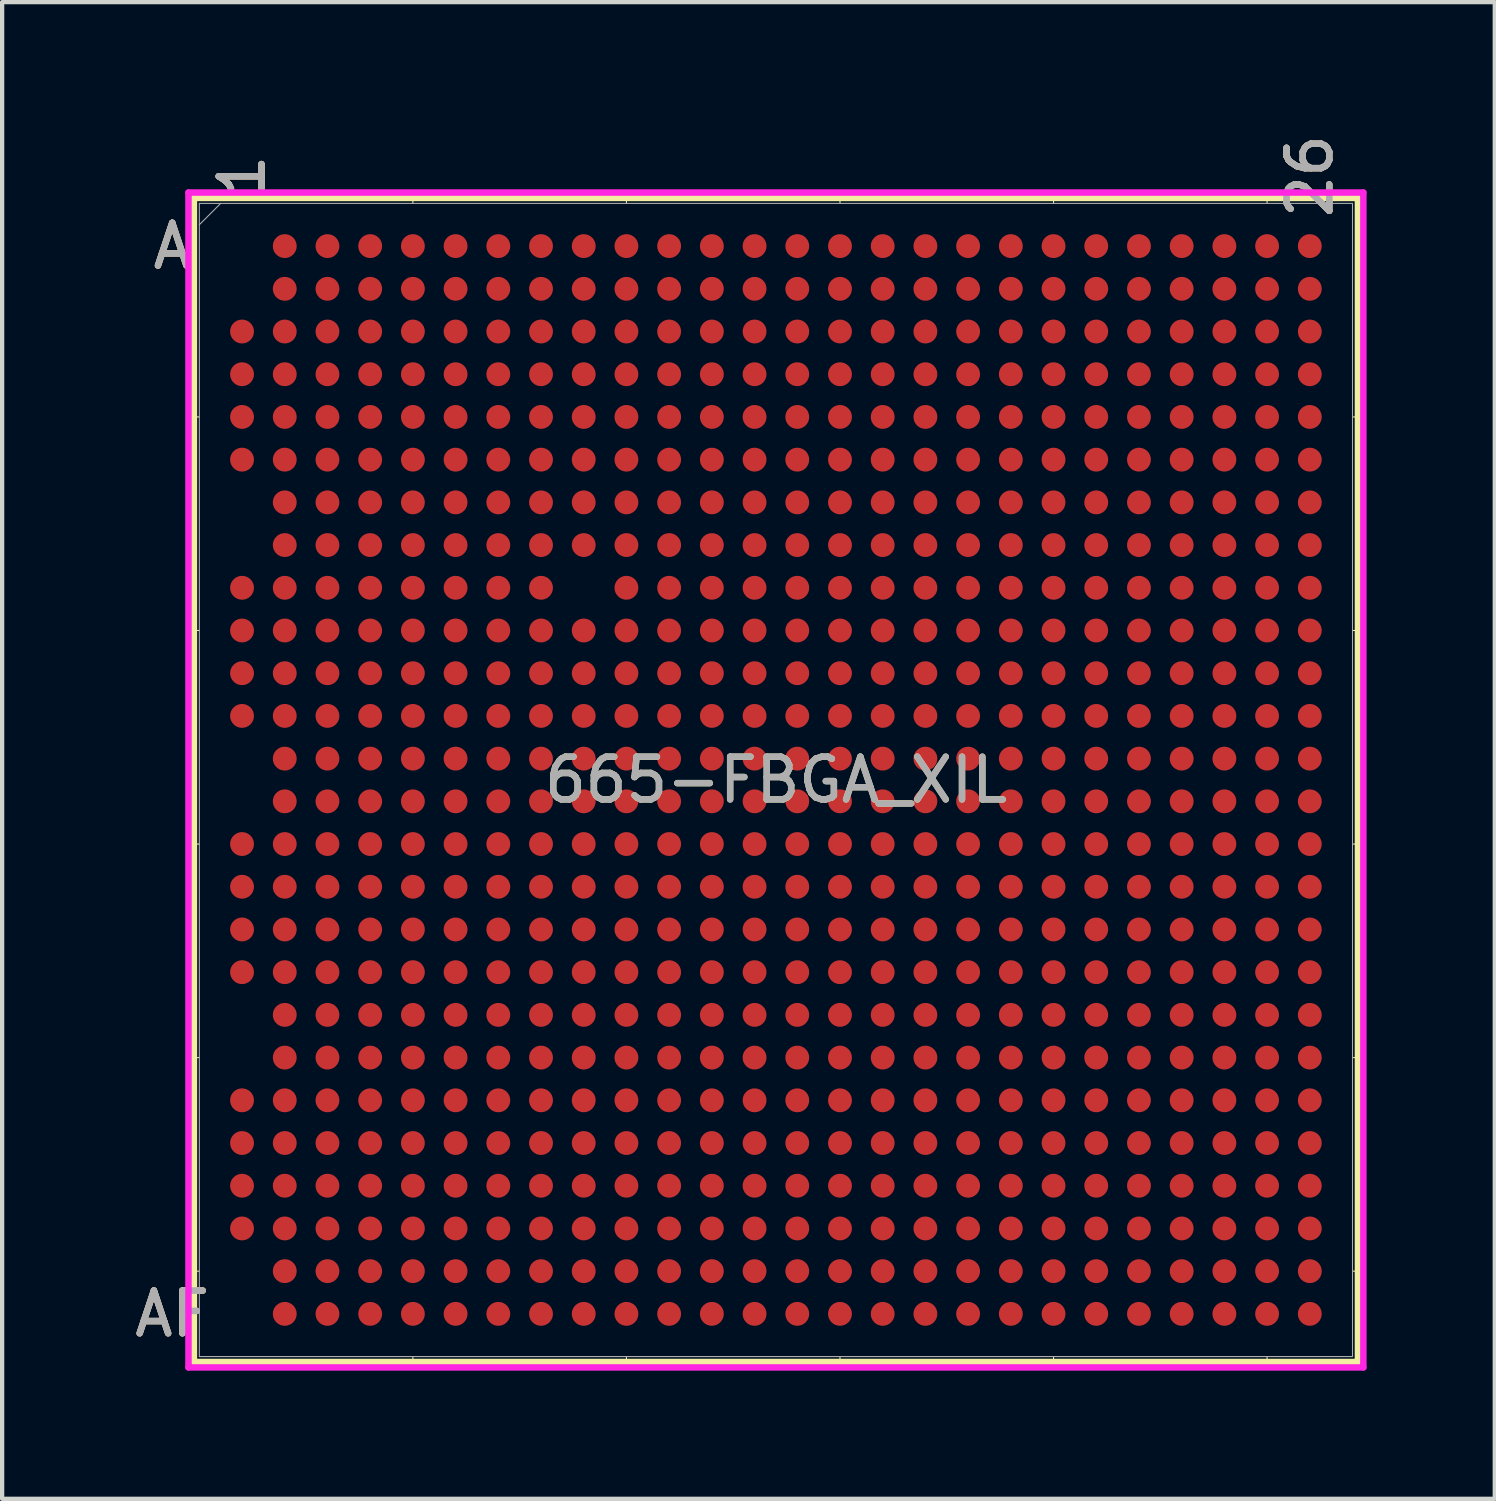
<source format=kicad_pcb>
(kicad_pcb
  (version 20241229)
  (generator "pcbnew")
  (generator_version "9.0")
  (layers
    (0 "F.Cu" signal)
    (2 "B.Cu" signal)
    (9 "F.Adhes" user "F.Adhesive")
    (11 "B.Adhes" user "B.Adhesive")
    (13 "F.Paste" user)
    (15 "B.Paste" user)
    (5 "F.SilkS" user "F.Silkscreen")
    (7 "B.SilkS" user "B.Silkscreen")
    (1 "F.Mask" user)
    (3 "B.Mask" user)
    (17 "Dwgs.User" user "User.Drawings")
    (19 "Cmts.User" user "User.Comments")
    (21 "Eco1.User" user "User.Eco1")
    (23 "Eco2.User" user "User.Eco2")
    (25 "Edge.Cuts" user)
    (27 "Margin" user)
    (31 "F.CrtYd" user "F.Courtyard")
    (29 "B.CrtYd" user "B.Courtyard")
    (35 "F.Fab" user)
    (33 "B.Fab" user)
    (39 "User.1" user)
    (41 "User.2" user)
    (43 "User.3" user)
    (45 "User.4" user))
  (footprint "665-FBGA_XIL"
    (layer "F.Cu")
    (at 15.117 15.212)
    (property "Reference" "665-FBGA_XIL" (at 0 0 0) (unlocked yes) (layer "F.SilkS") (effects (font (size 1 1) (thickness 0.15))))
    (attr smd)
    (fp_line (start -13.627 -13.627) (end -13.627 13.627) (stroke (width 0.152) (type solid)) (layer "F.SilkS"))
    (fp_line (start -13.627 13.627) (end 13.627 13.627) (stroke (width 0.152) (type solid)) (layer "F.SilkS"))
    (fp_line (start -13.5 -8.5) (end -13.754 -8.5) (stroke (width 0.025) (type solid)) (layer "F.SilkS"))
    (fp_line (start -13.5 -3.5) (end -13.754 -3.5) (stroke (width 0.025) (type solid)) (layer "F.SilkS"))
    (fp_line (start -13.5 1.5) (end -13.754 1.5) (stroke (width 0.025) (type solid)) (layer "F.SilkS"))
    (fp_line (start -13.5 6.5) (end -13.754 6.5) (stroke (width 0.025) (type solid)) (layer "F.SilkS"))
    (fp_line (start -13.5 11.5) (end -13.754 11.5) (stroke (width 0.025) (type solid)) (layer "F.SilkS"))
    (fp_line (start -8.5 -13.5) (end -8.5 -13.754) (stroke (width 0.025) (type solid)) (layer "F.SilkS"))
    (fp_line (start -8.5 13.5) (end -8.5 13.754) (stroke (width 0.025) (type solid)) (layer "F.SilkS"))
    (fp_line (start -3.5 -13.5) (end -3.5 -13.754) (stroke (width 0.025) (type solid)) (layer "F.SilkS"))
    (fp_line (start -3.5 13.5) (end -3.5 13.754) (stroke (width 0.025) (type solid)) (layer "F.SilkS"))
    (fp_line (start 1.5 -13.5) (end 1.5 -13.754) (stroke (width 0.025) (type solid)) (layer "F.SilkS"))
    (fp_line (start 1.5 13.5) (end 1.5 13.754) (stroke (width 0.025) (type solid)) (layer "F.SilkS"))
    (fp_line (start 6.5 -13.5) (end 6.5 -13.754) (stroke (width 0.025) (type solid)) (layer "F.SilkS"))
    (fp_line (start 6.5 13.5) (end 6.5 13.754) (stroke (width 0.025) (type solid)) (layer "F.SilkS"))
    (fp_line (start 11.5 -13.5) (end 11.5 -13.754) (stroke (width 0.025) (type solid)) (layer "F.SilkS"))
    (fp_line (start 11.5 13.5) (end 11.5 13.754) (stroke (width 0.025) (type solid)) (layer "F.SilkS"))
    (fp_line (start 13.5 -8.5) (end 13.754 -8.5) (stroke (width 0.025) (type solid)) (layer "F.SilkS"))
    (fp_line (start 13.5 -3.5) (end 13.754 -3.5) (stroke (width 0.025) (type solid)) (layer "F.SilkS"))
    (fp_line (start 13.5 1.5) (end 13.754 1.5) (stroke (width 0.025) (type solid)) (layer "F.SilkS"))
    (fp_line (start 13.5 6.5) (end 13.754 6.5) (stroke (width 0.025) (type solid)) (layer "F.SilkS"))
    (fp_line (start 13.5 11.5) (end 13.754 11.5) (stroke (width 0.025) (type solid)) (layer "F.SilkS"))
    (fp_line (start 13.627 -13.627) (end -13.627 -13.627) (stroke (width 0.152) (type solid)) (layer "F.SilkS"))
    (fp_line (start 13.627 13.627) (end 13.627 -13.627) (stroke (width 0.152) (type solid)) (layer "F.SilkS"))
    (fp_poly (pts (xy -13.508 -13.508) (xy 13.508 -13.508) (xy 13.508 13.508) (xy -13.508 13.508)) (stroke (width 0.1) (type solid)) (fill no) (layer "Eco2.User"))
    (fp_line (start -13.754 -13.754) (end 13.754 -13.754) (stroke (width 0.152) (type solid)) (layer "F.CrtYd"))
    (fp_line (start -13.754 13.754) (end -13.754 -13.754) (stroke (width 0.152) (type solid)) (layer "F.CrtYd"))
    (fp_line (start 13.754 -13.754) (end 13.754 13.754) (stroke (width 0.152) (type solid)) (layer "F.CrtYd"))
    (fp_line (start 13.754 13.754) (end -13.754 13.754) (stroke (width 0.152) (type solid)) (layer "F.CrtYd"))
    (fp_line (start -13.5 -13.5) (end -13.5 13.5) (stroke (width 0.025) (type solid)) (layer "F.Fab"))
    (fp_line (start -13.5 13.5) (end 13.5 13.5) (stroke (width 0.025) (type solid)) (layer "F.Fab"))
    (fp_line (start -13 -13.5) (end -13.5 -13) (stroke (width 0.025) (type solid)) (layer "F.Fab"))
    (fp_line (start 13.5 -13.5) (end -13.5 -13.5) (stroke (width 0.025) (type solid)) (layer "F.Fab"))
    (fp_line (start 13.5 13.5) (end 13.5 -13.5) (stroke (width 0.025) (type solid)) (layer "F.Fab"))
    (fp_text user "AF" (at -14.135 12.5 0) (unlocked yes) (layer "F.SilkS") (effects (font (size 1 1) (thickness 0.15))))
    (fp_text user "26" (at 12.5 -14.135 90) (unlocked yes) (layer "F.SilkS") (effects (font (size 1 1) (thickness 0.15))))
    (fp_text user "1" (at -12.5 -14.135 90) (unlocked yes) (layer "F.SilkS") (effects (font (size 1 1) (thickness 0.15))))
    (fp_text user "A" (at -14.135 -12.5 0) (unlocked yes) (layer "F.SilkS") (effects (font (size 1 1) (thickness 0.15))))
    (fp_text user "26" (at 12.5 -14.135 90) (unlocked yes) (layer "B.SilkS") (effects (font (size 1 1) (thickness 0.15))))
    (fp_text user "1" (at -12.5 -14.135 90) (unlocked yes) (layer "B.SilkS") (effects (font (size 1 1) (thickness 0.15))))
    (fp_text user "A" (at -14.135 -12.5 0) (unlocked yes) (layer "B.SilkS") (effects (font (size 1 1) (thickness 0.15))))
    (fp_text user "AF" (at -14.135 12.5 0) (unlocked yes) (layer "B.SilkS") (effects (font (size 1 1) (thickness 0.15))))
    (fp_text user "AF" (at -14.135 12.5 0) (unlocked yes) (layer "F.Fab") (effects (font (size 1 1) (thickness 0.15))))
    (fp_text user "A" (at -14.135 -12.5 0) (unlocked yes) (layer "F.Fab") (effects (font (size 1 1) (thickness 0.15))))
    (fp_text user "${REFERENCE}" (at 0 0 0) (unlocked yes) (layer "F.Fab") (effects (font (size 1 1) (thickness 0.15))))
    (fp_text user "26" (at 12.5 -14.135 90) (unlocked yes) (layer "F.Fab") (effects (font (size 1 1) (thickness 0.15))))
    (fp_text user "1" (at -12.5 -14.135 90) (unlocked yes) (layer "F.Fab") (effects (font (size 1 1) (thickness 0.15))))
    (pad "A2" smd circle (at -11.5 -12.5) (size 0.559 0.559) (layers "F.Cu" "F.Mask" "F.Paste"))
    (pad "A3" smd circle (at -10.5 -12.5) (size 0.559 0.559) (layers "F.Cu" "F.Mask" "F.Paste"))
    (pad "A4" smd circle (at -9.5 -12.5) (size 0.559 0.559) (layers "F.Cu" "F.Mask" "F.Paste"))
    (pad "A5" smd circle (at -8.5 -12.5) (size 0.559 0.559) (layers "F.Cu" "F.Mask" "F.Paste"))
    (pad "A6" smd circle (at -7.5 -12.5) (size 0.559 0.559) (layers "F.Cu" "F.Mask" "F.Paste"))
    (pad "A7" smd circle (at -6.5 -12.5) (size 0.559 0.559) (layers "F.Cu" "F.Mask" "F.Paste"))
    (pad "A8" smd circle (at -5.5 -12.5) (size 0.559 0.559) (layers "F.Cu" "F.Mask" "F.Paste"))
    (pad "A9" smd circle (at -4.5 -12.5) (size 0.559 0.559) (layers "F.Cu" "F.Mask" "F.Paste"))
    (pad "A10" smd circle (at -3.5 -12.5) (size 0.559 0.559) (layers "F.Cu" "F.Mask" "F.Paste"))
    (pad "A11" smd circle (at -2.5 -12.5) (size 0.559 0.559) (layers "F.Cu" "F.Mask" "F.Paste"))
    (pad "A12" smd circle (at -1.5 -12.5) (size 0.559 0.559) (layers "F.Cu" "F.Mask" "F.Paste"))
    (pad "A13" smd circle (at -0.5 -12.5) (size 0.559 0.559) (layers "F.Cu" "F.Mask" "F.Paste"))
    (pad "A14" smd circle (at 0.5 -12.5) (size 0.559 0.559) (layers "F.Cu" "F.Mask" "F.Paste"))
    (pad "A15" smd circle (at 1.5 -12.5) (size 0.559 0.559) (layers "F.Cu" "F.Mask" "F.Paste"))
    (pad "A16" smd circle (at 2.5 -12.5) (size 0.559 0.559) (layers "F.Cu" "F.Mask" "F.Paste"))
    (pad "A17" smd circle (at 3.5 -12.5) (size 0.559 0.559) (layers "F.Cu" "F.Mask" "F.Paste"))
    (pad "A18" smd circle (at 4.5 -12.5) (size 0.559 0.559) (layers "F.Cu" "F.Mask" "F.Paste"))
    (pad "A19" smd circle (at 5.5 -12.5) (size 0.559 0.559) (layers "F.Cu" "F.Mask" "F.Paste"))
    (pad "A20" smd circle (at 6.5 -12.5) (size 0.559 0.559) (layers "F.Cu" "F.Mask" "F.Paste"))
    (pad "A21" smd circle (at 7.5 -12.5) (size 0.559 0.559) (layers "F.Cu" "F.Mask" "F.Paste"))
    (pad "A22" smd circle (at 8.5 -12.5) (size 0.559 0.559) (layers "F.Cu" "F.Mask" "F.Paste"))
    (pad "A23" smd circle (at 9.5 -12.5) (size 0.559 0.559) (layers "F.Cu" "F.Mask" "F.Paste"))
    (pad "A24" smd circle (at 10.5 -12.5) (size 0.559 0.559) (layers "F.Cu" "F.Mask" "F.Paste"))
    (pad "A25" smd circle (at 11.5 -12.5) (size 0.559 0.559) (layers "F.Cu" "F.Mask" "F.Paste"))
    (pad "A26" smd circle (at 12.5 -12.5) (size 0.559 0.559) (layers "F.Cu" "F.Mask" "F.Paste"))
    (pad "AA1" smd circle (at -12.5 7.5) (size 0.559 0.559) (layers "F.Cu" "F.Mask" "F.Paste"))
    (pad "AA2" smd circle (at -11.5 7.5) (size 0.559 0.559) (layers "F.Cu" "F.Mask" "F.Paste"))
    (pad "AA3" smd circle (at -10.5 7.5) (size 0.559 0.559) (layers "F.Cu" "F.Mask" "F.Paste"))
    (pad "AA4" smd circle (at -9.5 7.5) (size 0.559 0.559) (layers "F.Cu" "F.Mask" "F.Paste"))
    (pad "AA5" smd circle (at -8.5 7.5) (size 0.559 0.559) (layers "F.Cu" "F.Mask" "F.Paste"))
    (pad "AA6" smd circle (at -7.5 7.5) (size 0.559 0.559) (layers "F.Cu" "F.Mask" "F.Paste"))
    (pad "AA7" smd circle (at -6.5 7.5) (size 0.559 0.559) (layers "F.Cu" "F.Mask" "F.Paste"))
    (pad "AA8" smd circle (at -5.5 7.5) (size 0.559 0.559) (layers "F.Cu" "F.Mask" "F.Paste"))
    (pad "AA9" smd circle (at -4.5 7.5) (size 0.559 0.559) (layers "F.Cu" "F.Mask" "F.Paste"))
    (pad "AA10" smd circle (at -3.5 7.5) (size 0.559 0.559) (layers "F.Cu" "F.Mask" "F.Paste"))
    (pad "AA11" smd circle (at -2.5 7.5) (size 0.559 0.559) (layers "F.Cu" "F.Mask" "F.Paste"))
    (pad "AA12" smd circle (at -1.5 7.5) (size 0.559 0.559) (layers "F.Cu" "F.Mask" "F.Paste"))
    (pad "AA13" smd circle (at -0.5 7.5) (size 0.559 0.559) (layers "F.Cu" "F.Mask" "F.Paste"))
    (pad "AA14" smd circle (at 0.5 7.5) (size 0.559 0.559) (layers "F.Cu" "F.Mask" "F.Paste"))
    (pad "AA15" smd circle (at 1.5 7.5) (size 0.559 0.559) (layers "F.Cu" "F.Mask" "F.Paste"))
    (pad "AA16" smd circle (at 2.5 7.5) (size 0.559 0.559) (layers "F.Cu" "F.Mask" "F.Paste"))
    (pad "AA17" smd circle (at 3.5 7.5) (size 0.559 0.559) (layers "F.Cu" "F.Mask" "F.Paste"))
    (pad "AA18" smd circle (at 4.5 7.5) (size 0.559 0.559) (layers "F.Cu" "F.Mask" "F.Paste"))
    (pad "AA19" smd circle (at 5.5 7.5) (size 0.559 0.559) (layers "F.Cu" "F.Mask" "F.Paste"))
    (pad "AA20" smd circle (at 6.5 7.5) (size 0.559 0.559) (layers "F.Cu" "F.Mask" "F.Paste"))
    (pad "AA21" smd circle (at 7.5 7.5) (size 0.559 0.559) (layers "F.Cu" "F.Mask" "F.Paste"))
    (pad "AA22" smd circle (at 8.5 7.5) (size 0.559 0.559) (layers "F.Cu" "F.Mask" "F.Paste"))
    (pad "AA23" smd circle (at 9.5 7.5) (size 0.559 0.559) (layers "F.Cu" "F.Mask" "F.Paste"))
    (pad "AA24" smd circle (at 10.5 7.5) (size 0.559 0.559) (layers "F.Cu" "F.Mask" "F.Paste"))
    (pad "AA25" smd circle (at 11.5 7.5) (size 0.559 0.559) (layers "F.Cu" "F.Mask" "F.Paste"))
    (pad "AA26" smd circle (at 12.5 7.5) (size 0.559 0.559) (layers "F.Cu" "F.Mask" "F.Paste"))
    (pad "AB1" smd circle (at -12.5 8.5) (size 0.559 0.559) (layers "F.Cu" "F.Mask" "F.Paste"))
    (pad "AB2" smd circle (at -11.5 8.5) (size 0.559 0.559) (layers "F.Cu" "F.Mask" "F.Paste"))
    (pad "AB3" smd circle (at -10.5 8.5) (size 0.559 0.559) (layers "F.Cu" "F.Mask" "F.Paste"))
    (pad "AB4" smd circle (at -9.5 8.5) (size 0.559 0.559) (layers "F.Cu" "F.Mask" "F.Paste"))
    (pad "AB5" smd circle (at -8.5 8.5) (size 0.559 0.559) (layers "F.Cu" "F.Mask" "F.Paste"))
    (pad "AB6" smd circle (at -7.5 8.5) (size 0.559 0.559) (layers "F.Cu" "F.Mask" "F.Paste"))
    (pad "AB7" smd circle (at -6.5 8.5) (size 0.559 0.559) (layers "F.Cu" "F.Mask" "F.Paste"))
    (pad "AB8" smd circle (at -5.5 8.5) (size 0.559 0.559) (layers "F.Cu" "F.Mask" "F.Paste"))
    (pad "AB9" smd circle (at -4.5 8.5) (size 0.559 0.559) (layers "F.Cu" "F.Mask" "F.Paste"))
    (pad "AB10" smd circle (at -3.5 8.5) (size 0.559 0.559) (layers "F.Cu" "F.Mask" "F.Paste"))
    (pad "AB11" smd circle (at -2.5 8.5) (size 0.559 0.559) (layers "F.Cu" "F.Mask" "F.Paste"))
    (pad "AB12" smd circle (at -1.5 8.5) (size 0.559 0.559) (layers "F.Cu" "F.Mask" "F.Paste"))
    (pad "AB13" smd circle (at -0.5 8.5) (size 0.559 0.559) (layers "F.Cu" "F.Mask" "F.Paste"))
    (pad "AB14" smd circle (at 0.5 8.5) (size 0.559 0.559) (layers "F.Cu" "F.Mask" "F.Paste"))
    (pad "AB15" smd circle (at 1.5 8.5) (size 0.559 0.559) (layers "F.Cu" "F.Mask" "F.Paste"))
    (pad "AB16" smd circle (at 2.5 8.5) (size 0.559 0.559) (layers "F.Cu" "F.Mask" "F.Paste"))
    (pad "AB17" smd circle (at 3.5 8.5) (size 0.559 0.559) (layers "F.Cu" "F.Mask" "F.Paste"))
    (pad "AB18" smd circle (at 4.5 8.5) (size 0.559 0.559) (layers "F.Cu" "F.Mask" "F.Paste"))
    (pad "AB19" smd circle (at 5.5 8.5) (size 0.559 0.559) (layers "F.Cu" "F.Mask" "F.Paste"))
    (pad "AB20" smd circle (at 6.5 8.5) (size 0.559 0.559) (layers "F.Cu" "F.Mask" "F.Paste"))
    (pad "AB21" smd circle (at 7.5 8.5) (size 0.559 0.559) (layers "F.Cu" "F.Mask" "F.Paste"))
    (pad "AB22" smd circle (at 8.5 8.5) (size 0.559 0.559) (layers "F.Cu" "F.Mask" "F.Paste"))
    (pad "AB23" smd circle (at 9.5 8.5) (size 0.559 0.559) (layers "F.Cu" "F.Mask" "F.Paste"))
    (pad "AB24" smd circle (at 10.5 8.5) (size 0.559 0.559) (layers "F.Cu" "F.Mask" "F.Paste"))
    (pad "AB25" smd circle (at 11.5 8.5) (size 0.559 0.559) (layers "F.Cu" "F.Mask" "F.Paste"))
    (pad "AB26" smd circle (at 12.5 8.5) (size 0.559 0.559) (layers "F.Cu" "F.Mask" "F.Paste"))
    (pad "AC1" smd circle (at -12.5 9.5) (size 0.559 0.559) (layers "F.Cu" "F.Mask" "F.Paste"))
    (pad "AC2" smd circle (at -11.5 9.5) (size 0.559 0.559) (layers "F.Cu" "F.Mask" "F.Paste"))
    (pad "AC3" smd circle (at -10.5 9.5) (size 0.559 0.559) (layers "F.Cu" "F.Mask" "F.Paste"))
    (pad "AC4" smd circle (at -9.5 9.5) (size 0.559 0.559) (layers "F.Cu" "F.Mask" "F.Paste"))
    (pad "AC5" smd circle (at -8.5 9.5) (size 0.559 0.559) (layers "F.Cu" "F.Mask" "F.Paste"))
    (pad "AC6" smd circle (at -7.5 9.5) (size 0.559 0.559) (layers "F.Cu" "F.Mask" "F.Paste"))
    (pad "AC7" smd circle (at -6.5 9.5) (size 0.559 0.559) (layers "F.Cu" "F.Mask" "F.Paste"))
    (pad "AC8" smd circle (at -5.5 9.5) (size 0.559 0.559) (layers "F.Cu" "F.Mask" "F.Paste"))
    (pad "AC9" smd circle (at -4.5 9.5) (size 0.559 0.559) (layers "F.Cu" "F.Mask" "F.Paste"))
    (pad "AC10" smd circle (at -3.5 9.5) (size 0.559 0.559) (layers "F.Cu" "F.Mask" "F.Paste"))
    (pad "AC11" smd circle (at -2.5 9.5) (size 0.559 0.559) (layers "F.Cu" "F.Mask" "F.Paste"))
    (pad "AC12" smd circle (at -1.5 9.5) (size 0.559 0.559) (layers "F.Cu" "F.Mask" "F.Paste"))
    (pad "AC13" smd circle (at -0.5 9.5) (size 0.559 0.559) (layers "F.Cu" "F.Mask" "F.Paste"))
    (pad "AC14" smd circle (at 0.5 9.5) (size 0.559 0.559) (layers "F.Cu" "F.Mask" "F.Paste"))
    (pad "AC15" smd circle (at 1.5 9.5) (size 0.559 0.559) (layers "F.Cu" "F.Mask" "F.Paste"))
    (pad "AC16" smd circle (at 2.5 9.5) (size 0.559 0.559) (layers "F.Cu" "F.Mask" "F.Paste"))
    (pad "AC17" smd circle (at 3.5 9.5) (size 0.559 0.559) (layers "F.Cu" "F.Mask" "F.Paste"))
    (pad "AC18" smd circle (at 4.5 9.5) (size 0.559 0.559) (layers "F.Cu" "F.Mask" "F.Paste"))
    (pad "AC19" smd circle (at 5.5 9.5) (size 0.559 0.559) (layers "F.Cu" "F.Mask" "F.Paste"))
    (pad "AC20" smd circle (at 6.5 9.5) (size 0.559 0.559) (layers "F.Cu" "F.Mask" "F.Paste"))
    (pad "AC21" smd circle (at 7.5 9.5) (size 0.559 0.559) (layers "F.Cu" "F.Mask" "F.Paste"))
    (pad "AC22" smd circle (at 8.5 9.5) (size 0.559 0.559) (layers "F.Cu" "F.Mask" "F.Paste"))
    (pad "AC23" smd circle (at 9.5 9.5) (size 0.559 0.559) (layers "F.Cu" "F.Mask" "F.Paste"))
    (pad "AC24" smd circle (at 10.5 9.5) (size 0.559 0.559) (layers "F.Cu" "F.Mask" "F.Paste"))
    (pad "AC25" smd circle (at 11.5 9.5) (size 0.559 0.559) (layers "F.Cu" "F.Mask" "F.Paste"))
    (pad "AC26" smd circle (at 12.5 9.5) (size 0.559 0.559) (layers "F.Cu" "F.Mask" "F.Paste"))
    (pad "AD1" smd circle (at -12.5 10.5) (size 0.559 0.559) (layers "F.Cu" "F.Mask" "F.Paste"))
    (pad "AD2" smd circle (at -11.5 10.5) (size 0.559 0.559) (layers "F.Cu" "F.Mask" "F.Paste"))
    (pad "AD3" smd circle (at -10.5 10.5) (size 0.559 0.559) (layers "F.Cu" "F.Mask" "F.Paste"))
    (pad "AD4" smd circle (at -9.5 10.5) (size 0.559 0.559) (layers "F.Cu" "F.Mask" "F.Paste"))
    (pad "AD5" smd circle (at -8.5 10.5) (size 0.559 0.559) (layers "F.Cu" "F.Mask" "F.Paste"))
    (pad "AD6" smd circle (at -7.5 10.5) (size 0.559 0.559) (layers "F.Cu" "F.Mask" "F.Paste"))
    (pad "AD7" smd circle (at -6.5 10.5) (size 0.559 0.559) (layers "F.Cu" "F.Mask" "F.Paste"))
    (pad "AD8" smd circle (at -5.5 10.5) (size 0.559 0.559) (layers "F.Cu" "F.Mask" "F.Paste"))
    (pad "AD9" smd circle (at -4.5 10.5) (size 0.559 0.559) (layers "F.Cu" "F.Mask" "F.Paste"))
    (pad "AD10" smd circle (at -3.5 10.5) (size 0.559 0.559) (layers "F.Cu" "F.Mask" "F.Paste"))
    (pad "AD11" smd circle (at -2.5 10.5) (size 0.559 0.559) (layers "F.Cu" "F.Mask" "F.Paste"))
    (pad "AD12" smd circle (at -1.5 10.5) (size 0.559 0.559) (layers "F.Cu" "F.Mask" "F.Paste"))
    (pad "AD13" smd circle (at -0.5 10.5) (size 0.559 0.559) (layers "F.Cu" "F.Mask" "F.Paste"))
    (pad "AD14" smd circle (at 0.5 10.5) (size 0.559 0.559) (layers "F.Cu" "F.Mask" "F.Paste"))
    (pad "AD15" smd circle (at 1.5 10.5) (size 0.559 0.559) (layers "F.Cu" "F.Mask" "F.Paste"))
    (pad "AD16" smd circle (at 2.5 10.5) (size 0.559 0.559) (layers "F.Cu" "F.Mask" "F.Paste"))
    (pad "AD17" smd circle (at 3.5 10.5) (size 0.559 0.559) (layers "F.Cu" "F.Mask" "F.Paste"))
    (pad "AD18" smd circle (at 4.5 10.5) (size 0.559 0.559) (layers "F.Cu" "F.Mask" "F.Paste"))
    (pad "AD19" smd circle (at 5.5 10.5) (size 0.559 0.559) (layers "F.Cu" "F.Mask" "F.Paste"))
    (pad "AD20" smd circle (at 6.5 10.5) (size 0.559 0.559) (layers "F.Cu" "F.Mask" "F.Paste"))
    (pad "AD21" smd circle (at 7.5 10.5) (size 0.559 0.559) (layers "F.Cu" "F.Mask" "F.Paste"))
    (pad "AD22" smd circle (at 8.5 10.5) (size 0.559 0.559) (layers "F.Cu" "F.Mask" "F.Paste"))
    (pad "AD23" smd circle (at 9.5 10.5) (size 0.559 0.559) (layers "F.Cu" "F.Mask" "F.Paste"))
    (pad "AD24" smd circle (at 10.5 10.5) (size 0.559 0.559) (layers "F.Cu" "F.Mask" "F.Paste"))
    (pad "AD25" smd circle (at 11.5 10.5) (size 0.559 0.559) (layers "F.Cu" "F.Mask" "F.Paste"))
    (pad "AD26" smd circle (at 12.5 10.5) (size 0.559 0.559) (layers "F.Cu" "F.Mask" "F.Paste"))
    (pad "AE2" smd circle (at -11.5 11.5) (size 0.559 0.559) (layers "F.Cu" "F.Mask" "F.Paste"))
    (pad "AE3" smd circle (at -10.5 11.5) (size 0.559 0.559) (layers "F.Cu" "F.Mask" "F.Paste"))
    (pad "AE4" smd circle (at -9.5 11.5) (size 0.559 0.559) (layers "F.Cu" "F.Mask" "F.Paste"))
    (pad "AE5" smd circle (at -8.5 11.5) (size 0.559 0.559) (layers "F.Cu" "F.Mask" "F.Paste"))
    (pad "AE6" smd circle (at -7.5 11.5) (size 0.559 0.559) (layers "F.Cu" "F.Mask" "F.Paste"))
    (pad "AE7" smd circle (at -6.5 11.5) (size 0.559 0.559) (layers "F.Cu" "F.Mask" "F.Paste"))
    (pad "AE8" smd circle (at -5.5 11.5) (size 0.559 0.559) (layers "F.Cu" "F.Mask" "F.Paste"))
    (pad "AE9" smd circle (at -4.5 11.5) (size 0.559 0.559) (layers "F.Cu" "F.Mask" "F.Paste"))
    (pad "AE10" smd circle (at -3.5 11.5) (size 0.559 0.559) (layers "F.Cu" "F.Mask" "F.Paste"))
    (pad "AE11" smd circle (at -2.5 11.5) (size 0.559 0.559) (layers "F.Cu" "F.Mask" "F.Paste"))
    (pad "AE12" smd circle (at -1.5 11.5) (size 0.559 0.559) (layers "F.Cu" "F.Mask" "F.Paste"))
    (pad "AE13" smd circle (at -0.5 11.5) (size 0.559 0.559) (layers "F.Cu" "F.Mask" "F.Paste"))
    (pad "AE14" smd circle (at 0.5 11.5) (size 0.559 0.559) (layers "F.Cu" "F.Mask" "F.Paste"))
    (pad "AE15" smd circle (at 1.5 11.5) (size 0.559 0.559) (layers "F.Cu" "F.Mask" "F.Paste"))
    (pad "AE16" smd circle (at 2.5 11.5) (size 0.559 0.559) (layers "F.Cu" "F.Mask" "F.Paste"))
    (pad "AE17" smd circle (at 3.5 11.5) (size 0.559 0.559) (layers "F.Cu" "F.Mask" "F.Paste"))
    (pad "AE18" smd circle (at 4.5 11.5) (size 0.559 0.559) (layers "F.Cu" "F.Mask" "F.Paste"))
    (pad "AE19" smd circle (at 5.5 11.5) (size 0.559 0.559) (layers "F.Cu" "F.Mask" "F.Paste"))
    (pad "AE20" smd circle (at 6.5 11.5) (size 0.559 0.559) (layers "F.Cu" "F.Mask" "F.Paste"))
    (pad "AE21" smd circle (at 7.5 11.5) (size 0.559 0.559) (layers "F.Cu" "F.Mask" "F.Paste"))
    (pad "AE22" smd circle (at 8.5 11.5) (size 0.559 0.559) (layers "F.Cu" "F.Mask" "F.Paste"))
    (pad "AE23" smd circle (at 9.5 11.5) (size 0.559 0.559) (layers "F.Cu" "F.Mask" "F.Paste"))
    (pad "AE24" smd circle (at 10.5 11.5) (size 0.559 0.559) (layers "F.Cu" "F.Mask" "F.Paste"))
    (pad "AE25" smd circle (at 11.5 11.5) (size 0.559 0.559) (layers "F.Cu" "F.Mask" "F.Paste"))
    (pad "AE26" smd circle (at 12.5 11.5) (size 0.559 0.559) (layers "F.Cu" "F.Mask" "F.Paste"))
    (pad "AF2" smd circle (at -11.5 12.5) (size 0.559 0.559) (layers "F.Cu" "F.Mask" "F.Paste"))
    (pad "AF3" smd circle (at -10.5 12.5) (size 0.559 0.559) (layers "F.Cu" "F.Mask" "F.Paste"))
    (pad "AF4" smd circle (at -9.5 12.5) (size 0.559 0.559) (layers "F.Cu" "F.Mask" "F.Paste"))
    (pad "AF5" smd circle (at -8.5 12.5) (size 0.559 0.559) (layers "F.Cu" "F.Mask" "F.Paste"))
    (pad "AF6" smd circle (at -7.5 12.5) (size 0.559 0.559) (layers "F.Cu" "F.Mask" "F.Paste"))
    (pad "AF7" smd circle (at -6.5 12.5) (size 0.559 0.559) (layers "F.Cu" "F.Mask" "F.Paste"))
    (pad "AF8" smd circle (at -5.5 12.5) (size 0.559 0.559) (layers "F.Cu" "F.Mask" "F.Paste"))
    (pad "AF9" smd circle (at -4.5 12.5) (size 0.559 0.559) (layers "F.Cu" "F.Mask" "F.Paste"))
    (pad "AF10" smd circle (at -3.5 12.5) (size 0.559 0.559) (layers "F.Cu" "F.Mask" "F.Paste"))
    (pad "AF11" smd circle (at -2.5 12.5) (size 0.559 0.559) (layers "F.Cu" "F.Mask" "F.Paste"))
    (pad "AF12" smd circle (at -1.5 12.5) (size 0.559 0.559) (layers "F.Cu" "F.Mask" "F.Paste"))
    (pad "AF13" smd circle (at -0.5 12.5) (size 0.559 0.559) (layers "F.Cu" "F.Mask" "F.Paste"))
    (pad "AF14" smd circle (at 0.5 12.5) (size 0.559 0.559) (layers "F.Cu" "F.Mask" "F.Paste"))
    (pad "AF15" smd circle (at 1.5 12.5) (size 0.559 0.559) (layers "F.Cu" "F.Mask" "F.Paste"))
    (pad "AF16" smd circle (at 2.5 12.5) (size 0.559 0.559) (layers "F.Cu" "F.Mask" "F.Paste"))
    (pad "AF17" smd circle (at 3.5 12.5) (size 0.559 0.559) (layers "F.Cu" "F.Mask" "F.Paste"))
    (pad "AF18" smd circle (at 4.5 12.5) (size 0.559 0.559) (layers "F.Cu" "F.Mask" "F.Paste"))
    (pad "AF19" smd circle (at 5.5 12.5) (size 0.559 0.559) (layers "F.Cu" "F.Mask" "F.Paste"))
    (pad "AF20" smd circle (at 6.5 12.5) (size 0.559 0.559) (layers "F.Cu" "F.Mask" "F.Paste"))
    (pad "AF21" smd circle (at 7.5 12.5) (size 0.559 0.559) (layers "F.Cu" "F.Mask" "F.Paste"))
    (pad "AF22" smd circle (at 8.5 12.5) (size 0.559 0.559) (layers "F.Cu" "F.Mask" "F.Paste"))
    (pad "AF23" smd circle (at 9.5 12.5) (size 0.559 0.559) (layers "F.Cu" "F.Mask" "F.Paste"))
    (pad "AF24" smd circle (at 10.5 12.5) (size 0.559 0.559) (layers "F.Cu" "F.Mask" "F.Paste"))
    (pad "AF25" smd circle (at 11.5 12.5) (size 0.559 0.559) (layers "F.Cu" "F.Mask" "F.Paste"))
    (pad "AF26" smd circle (at 12.5 12.5) (size 0.559 0.559) (layers "F.Cu" "F.Mask" "F.Paste"))
    (pad "B2" smd circle (at -11.5 -11.5) (size 0.559 0.559) (layers "F.Cu" "F.Mask" "F.Paste"))
    (pad "B3" smd circle (at -10.5 -11.5) (size 0.559 0.559) (layers "F.Cu" "F.Mask" "F.Paste"))
    (pad "B4" smd circle (at -9.5 -11.5) (size 0.559 0.559) (layers "F.Cu" "F.Mask" "F.Paste"))
    (pad "B5" smd circle (at -8.5 -11.5) (size 0.559 0.559) (layers "F.Cu" "F.Mask" "F.Paste"))
    (pad "B6" smd circle (at -7.5 -11.5) (size 0.559 0.559) (layers "F.Cu" "F.Mask" "F.Paste"))
    (pad "B7" smd circle (at -6.5 -11.5) (size 0.559 0.559) (layers "F.Cu" "F.Mask" "F.Paste"))
    (pad "B8" smd circle (at -5.5 -11.5) (size 0.559 0.559) (layers "F.Cu" "F.Mask" "F.Paste"))
    (pad "B9" smd circle (at -4.5 -11.5) (size 0.559 0.559) (layers "F.Cu" "F.Mask" "F.Paste"))
    (pad "B10" smd circle (at -3.5 -11.5) (size 0.559 0.559) (layers "F.Cu" "F.Mask" "F.Paste"))
    (pad "B11" smd circle (at -2.5 -11.5) (size 0.559 0.559) (layers "F.Cu" "F.Mask" "F.Paste"))
    (pad "B12" smd circle (at -1.5 -11.5) (size 0.559 0.559) (layers "F.Cu" "F.Mask" "F.Paste"))
    (pad "B13" smd circle (at -0.5 -11.5) (size 0.559 0.559) (layers "F.Cu" "F.Mask" "F.Paste"))
    (pad "B14" smd circle (at 0.5 -11.5) (size 0.559 0.559) (layers "F.Cu" "F.Mask" "F.Paste"))
    (pad "B15" smd circle (at 1.5 -11.5) (size 0.559 0.559) (layers "F.Cu" "F.Mask" "F.Paste"))
    (pad "B16" smd circle (at 2.5 -11.5) (size 0.559 0.559) (layers "F.Cu" "F.Mask" "F.Paste"))
    (pad "B17" smd circle (at 3.5 -11.5) (size 0.559 0.559) (layers "F.Cu" "F.Mask" "F.Paste"))
    (pad "B18" smd circle (at 4.5 -11.5) (size 0.559 0.559) (layers "F.Cu" "F.Mask" "F.Paste"))
    (pad "B19" smd circle (at 5.5 -11.5) (size 0.559 0.559) (layers "F.Cu" "F.Mask" "F.Paste"))
    (pad "B20" smd circle (at 6.5 -11.5) (size 0.559 0.559) (layers "F.Cu" "F.Mask" "F.Paste"))
    (pad "B21" smd circle (at 7.5 -11.5) (size 0.559 0.559) (layers "F.Cu" "F.Mask" "F.Paste"))
    (pad "B22" smd circle (at 8.5 -11.5) (size 0.559 0.559) (layers "F.Cu" "F.Mask" "F.Paste"))
    (pad "B23" smd circle (at 9.5 -11.5) (size 0.559 0.559) (layers "F.Cu" "F.Mask" "F.Paste"))
    (pad "B24" smd circle (at 10.5 -11.5) (size 0.559 0.559) (layers "F.Cu" "F.Mask" "F.Paste"))
    (pad "B25" smd circle (at 11.5 -11.5) (size 0.559 0.559) (layers "F.Cu" "F.Mask" "F.Paste"))
    (pad "B26" smd circle (at 12.5 -11.5) (size 0.559 0.559) (layers "F.Cu" "F.Mask" "F.Paste"))
    (pad "C1" smd circle (at -12.5 -10.5) (size 0.559 0.559) (layers "F.Cu" "F.Mask" "F.Paste"))
    (pad "C2" smd circle (at -11.5 -10.5) (size 0.559 0.559) (layers "F.Cu" "F.Mask" "F.Paste"))
    (pad "C3" smd circle (at -10.5 -10.5) (size 0.559 0.559) (layers "F.Cu" "F.Mask" "F.Paste"))
    (pad "C4" smd circle (at -9.5 -10.5) (size 0.559 0.559) (layers "F.Cu" "F.Mask" "F.Paste"))
    (pad "C5" smd circle (at -8.5 -10.5) (size 0.559 0.559) (layers "F.Cu" "F.Mask" "F.Paste"))
    (pad "C6" smd circle (at -7.5 -10.5) (size 0.559 0.559) (layers "F.Cu" "F.Mask" "F.Paste"))
    (pad "C7" smd circle (at -6.5 -10.5) (size 0.559 0.559) (layers "F.Cu" "F.Mask" "F.Paste"))
    (pad "C8" smd circle (at -5.5 -10.5) (size 0.559 0.559) (layers "F.Cu" "F.Mask" "F.Paste"))
    (pad "C9" smd circle (at -4.5 -10.5) (size 0.559 0.559) (layers "F.Cu" "F.Mask" "F.Paste"))
    (pad "C10" smd circle (at -3.5 -10.5) (size 0.559 0.559) (layers "F.Cu" "F.Mask" "F.Paste"))
    (pad "C11" smd circle (at -2.5 -10.5) (size 0.559 0.559) (layers "F.Cu" "F.Mask" "F.Paste"))
    (pad "C12" smd circle (at -1.5 -10.5) (size 0.559 0.559) (layers "F.Cu" "F.Mask" "F.Paste"))
    (pad "C13" smd circle (at -0.5 -10.5) (size 0.559 0.559) (layers "F.Cu" "F.Mask" "F.Paste"))
    (pad "C14" smd circle (at 0.5 -10.5) (size 0.559 0.559) (layers "F.Cu" "F.Mask" "F.Paste"))
    (pad "C15" smd circle (at 1.5 -10.5) (size 0.559 0.559) (layers "F.Cu" "F.Mask" "F.Paste"))
    (pad "C16" smd circle (at 2.5 -10.5) (size 0.559 0.559) (layers "F.Cu" "F.Mask" "F.Paste"))
    (pad "C17" smd circle (at 3.5 -10.5) (size 0.559 0.559) (layers "F.Cu" "F.Mask" "F.Paste"))
    (pad "C18" smd circle (at 4.5 -10.5) (size 0.559 0.559) (layers "F.Cu" "F.Mask" "F.Paste"))
    (pad "C19" smd circle (at 5.5 -10.5) (size 0.559 0.559) (layers "F.Cu" "F.Mask" "F.Paste"))
    (pad "C20" smd circle (at 6.5 -10.5) (size 0.559 0.559) (layers "F.Cu" "F.Mask" "F.Paste"))
    (pad "C21" smd circle (at 7.5 -10.5) (size 0.559 0.559) (layers "F.Cu" "F.Mask" "F.Paste"))
    (pad "C22" smd circle (at 8.5 -10.5) (size 0.559 0.559) (layers "F.Cu" "F.Mask" "F.Paste"))
    (pad "C23" smd circle (at 9.5 -10.5) (size 0.559 0.559) (layers "F.Cu" "F.Mask" "F.Paste"))
    (pad "C24" smd circle (at 10.5 -10.5) (size 0.559 0.559) (layers "F.Cu" "F.Mask" "F.Paste"))
    (pad "C25" smd circle (at 11.5 -10.5) (size 0.559 0.559) (layers "F.Cu" "F.Mask" "F.Paste"))
    (pad "C26" smd circle (at 12.5 -10.5) (size 0.559 0.559) (layers "F.Cu" "F.Mask" "F.Paste"))
    (pad "D1" smd circle (at -12.5 -9.5) (size 0.559 0.559) (layers "F.Cu" "F.Mask" "F.Paste"))
    (pad "D2" smd circle (at -11.5 -9.5) (size 0.559 0.559) (layers "F.Cu" "F.Mask" "F.Paste"))
    (pad "D3" smd circle (at -10.5 -9.5) (size 0.559 0.559) (layers "F.Cu" "F.Mask" "F.Paste"))
    (pad "D4" smd circle (at -9.5 -9.5) (size 0.559 0.559) (layers "F.Cu" "F.Mask" "F.Paste"))
    (pad "D5" smd circle (at -8.5 -9.5) (size 0.559 0.559) (layers "F.Cu" "F.Mask" "F.Paste"))
    (pad "D6" smd circle (at -7.5 -9.5) (size 0.559 0.559) (layers "F.Cu" "F.Mask" "F.Paste"))
    (pad "D7" smd circle (at -6.5 -9.5) (size 0.559 0.559) (layers "F.Cu" "F.Mask" "F.Paste"))
    (pad "D8" smd circle (at -5.5 -9.5) (size 0.559 0.559) (layers "F.Cu" "F.Mask" "F.Paste"))
    (pad "D9" smd circle (at -4.5 -9.5) (size 0.559 0.559) (layers "F.Cu" "F.Mask" "F.Paste"))
    (pad "D10" smd circle (at -3.5 -9.5) (size 0.559 0.559) (layers "F.Cu" "F.Mask" "F.Paste"))
    (pad "D11" smd circle (at -2.5 -9.5) (size 0.559 0.559) (layers "F.Cu" "F.Mask" "F.Paste"))
    (pad "D12" smd circle (at -1.5 -9.5) (size 0.559 0.559) (layers "F.Cu" "F.Mask" "F.Paste"))
    (pad "D13" smd circle (at -0.5 -9.5) (size 0.559 0.559) (layers "F.Cu" "F.Mask" "F.Paste"))
    (pad "D14" smd circle (at 0.5 -9.5) (size 0.559 0.559) (layers "F.Cu" "F.Mask" "F.Paste"))
    (pad "D15" smd circle (at 1.5 -9.5) (size 0.559 0.559) (layers "F.Cu" "F.Mask" "F.Paste"))
    (pad "D16" smd circle (at 2.5 -9.5) (size 0.559 0.559) (layers "F.Cu" "F.Mask" "F.Paste"))
    (pad "D17" smd circle (at 3.5 -9.5) (size 0.559 0.559) (layers "F.Cu" "F.Mask" "F.Paste"))
    (pad "D18" smd circle (at 4.5 -9.5) (size 0.559 0.559) (layers "F.Cu" "F.Mask" "F.Paste"))
    (pad "D19" smd circle (at 5.5 -9.5) (size 0.559 0.559) (layers "F.Cu" "F.Mask" "F.Paste"))
    (pad "D20" smd circle (at 6.5 -9.5) (size 0.559 0.559) (layers "F.Cu" "F.Mask" "F.Paste"))
    (pad "D21" smd circle (at 7.5 -9.5) (size 0.559 0.559) (layers "F.Cu" "F.Mask" "F.Paste"))
    (pad "D22" smd circle (at 8.5 -9.5) (size 0.559 0.559) (layers "F.Cu" "F.Mask" "F.Paste"))
    (pad "D23" smd circle (at 9.5 -9.5) (size 0.559 0.559) (layers "F.Cu" "F.Mask" "F.Paste"))
    (pad "D24" smd circle (at 10.5 -9.5) (size 0.559 0.559) (layers "F.Cu" "F.Mask" "F.Paste"))
    (pad "D25" smd circle (at 11.5 -9.5) (size 0.559 0.559) (layers "F.Cu" "F.Mask" "F.Paste"))
    (pad "D26" smd circle (at 12.5 -9.5) (size 0.559 0.559) (layers "F.Cu" "F.Mask" "F.Paste"))
    (pad "E1" smd circle (at -12.5 -8.5) (size 0.559 0.559) (layers "F.Cu" "F.Mask" "F.Paste"))
    (pad "E2" smd circle (at -11.5 -8.5) (size 0.559 0.559) (layers "F.Cu" "F.Mask" "F.Paste"))
    (pad "E3" smd circle (at -10.5 -8.5) (size 0.559 0.559) (layers "F.Cu" "F.Mask" "F.Paste"))
    (pad "E4" smd circle (at -9.5 -8.5) (size 0.559 0.559) (layers "F.Cu" "F.Mask" "F.Paste"))
    (pad "E5" smd circle (at -8.5 -8.5) (size 0.559 0.559) (layers "F.Cu" "F.Mask" "F.Paste"))
    (pad "E6" smd circle (at -7.5 -8.5) (size 0.559 0.559) (layers "F.Cu" "F.Mask" "F.Paste"))
    (pad "E7" smd circle (at -6.5 -8.5) (size 0.559 0.559) (layers "F.Cu" "F.Mask" "F.Paste"))
    (pad "E8" smd circle (at -5.5 -8.5) (size 0.559 0.559) (layers "F.Cu" "F.Mask" "F.Paste"))
    (pad "E9" smd circle (at -4.5 -8.5) (size 0.559 0.559) (layers "F.Cu" "F.Mask" "F.Paste"))
    (pad "E10" smd circle (at -3.5 -8.5) (size 0.559 0.559) (layers "F.Cu" "F.Mask" "F.Paste"))
    (pad "E11" smd circle (at -2.5 -8.5) (size 0.559 0.559) (layers "F.Cu" "F.Mask" "F.Paste"))
    (pad "E12" smd circle (at -1.5 -8.5) (size 0.559 0.559) (layers "F.Cu" "F.Mask" "F.Paste"))
    (pad "E13" smd circle (at -0.5 -8.5) (size 0.559 0.559) (layers "F.Cu" "F.Mask" "F.Paste"))
    (pad "E14" smd circle (at 0.5 -8.5) (size 0.559 0.559) (layers "F.Cu" "F.Mask" "F.Paste"))
    (pad "E15" smd circle (at 1.5 -8.5) (size 0.559 0.559) (layers "F.Cu" "F.Mask" "F.Paste"))
    (pad "E16" smd circle (at 2.5 -8.5) (size 0.559 0.559) (layers "F.Cu" "F.Mask" "F.Paste"))
    (pad "E17" smd circle (at 3.5 -8.5) (size 0.559 0.559) (layers "F.Cu" "F.Mask" "F.Paste"))
    (pad "E18" smd circle (at 4.5 -8.5) (size 0.559 0.559) (layers "F.Cu" "F.Mask" "F.Paste"))
    (pad "E19" smd circle (at 5.5 -8.5) (size 0.559 0.559) (layers "F.Cu" "F.Mask" "F.Paste"))
    (pad "E20" smd circle (at 6.5 -8.5) (size 0.559 0.559) (layers "F.Cu" "F.Mask" "F.Paste"))
    (pad "E21" smd circle (at 7.5 -8.5) (size 0.559 0.559) (layers "F.Cu" "F.Mask" "F.Paste"))
    (pad "E22" smd circle (at 8.5 -8.5) (size 0.559 0.559) (layers "F.Cu" "F.Mask" "F.Paste"))
    (pad "E23" smd circle (at 9.5 -8.5) (size 0.559 0.559) (layers "F.Cu" "F.Mask" "F.Paste"))
    (pad "E24" smd circle (at 10.5 -8.5) (size 0.559 0.559) (layers "F.Cu" "F.Mask" "F.Paste"))
    (pad "E25" smd circle (at 11.5 -8.5) (size 0.559 0.559) (layers "F.Cu" "F.Mask" "F.Paste"))
    (pad "E26" smd circle (at 12.5 -8.5) (size 0.559 0.559) (layers "F.Cu" "F.Mask" "F.Paste"))
    (pad "F1" smd circle (at -12.5 -7.5) (size 0.559 0.559) (layers "F.Cu" "F.Mask" "F.Paste"))
    (pad "F2" smd circle (at -11.5 -7.5) (size 0.559 0.559) (layers "F.Cu" "F.Mask" "F.Paste"))
    (pad "F3" smd circle (at -10.5 -7.5) (size 0.559 0.559) (layers "F.Cu" "F.Mask" "F.Paste"))
    (pad "F4" smd circle (at -9.5 -7.5) (size 0.559 0.559) (layers "F.Cu" "F.Mask" "F.Paste"))
    (pad "F5" smd circle (at -8.5 -7.5) (size 0.559 0.559) (layers "F.Cu" "F.Mask" "F.Paste"))
    (pad "F6" smd circle (at -7.5 -7.5) (size 0.559 0.559) (layers "F.Cu" "F.Mask" "F.Paste"))
    (pad "F7" smd circle (at -6.5 -7.5) (size 0.559 0.559) (layers "F.Cu" "F.Mask" "F.Paste"))
    (pad "F8" smd circle (at -5.5 -7.5) (size 0.559 0.559) (layers "F.Cu" "F.Mask" "F.Paste"))
    (pad "F9" smd circle (at -4.5 -7.5) (size 0.559 0.559) (layers "F.Cu" "F.Mask" "F.Paste"))
    (pad "F10" smd circle (at -3.5 -7.5) (size 0.559 0.559) (layers "F.Cu" "F.Mask" "F.Paste"))
    (pad "F11" smd circle (at -2.5 -7.5) (size 0.559 0.559) (layers "F.Cu" "F.Mask" "F.Paste"))
    (pad "F12" smd circle (at -1.5 -7.5) (size 0.559 0.559) (layers "F.Cu" "F.Mask" "F.Paste"))
    (pad "F13" smd circle (at -0.5 -7.5) (size 0.559 0.559) (layers "F.Cu" "F.Mask" "F.Paste"))
    (pad "F14" smd circle (at 0.5 -7.5) (size 0.559 0.559) (layers "F.Cu" "F.Mask" "F.Paste"))
    (pad "F15" smd circle (at 1.5 -7.5) (size 0.559 0.559) (layers "F.Cu" "F.Mask" "F.Paste"))
    (pad "F16" smd circle (at 2.5 -7.5) (size 0.559 0.559) (layers "F.Cu" "F.Mask" "F.Paste"))
    (pad "F17" smd circle (at 3.5 -7.5) (size 0.559 0.559) (layers "F.Cu" "F.Mask" "F.Paste"))
    (pad "F18" smd circle (at 4.5 -7.5) (size 0.559 0.559) (layers "F.Cu" "F.Mask" "F.Paste"))
    (pad "F19" smd circle (at 5.5 -7.5) (size 0.559 0.559) (layers "F.Cu" "F.Mask" "F.Paste"))
    (pad "F20" smd circle (at 6.5 -7.5) (size 0.559 0.559) (layers "F.Cu" "F.Mask" "F.Paste"))
    (pad "F21" smd circle (at 7.5 -7.5) (size 0.559 0.559) (layers "F.Cu" "F.Mask" "F.Paste"))
    (pad "F22" smd circle (at 8.5 -7.5) (size 0.559 0.559) (layers "F.Cu" "F.Mask" "F.Paste"))
    (pad "F23" smd circle (at 9.5 -7.5) (size 0.559 0.559) (layers "F.Cu" "F.Mask" "F.Paste"))
    (pad "F24" smd circle (at 10.5 -7.5) (size 0.559 0.559) (layers "F.Cu" "F.Mask" "F.Paste"))
    (pad "F25" smd circle (at 11.5 -7.5) (size 0.559 0.559) (layers "F.Cu" "F.Mask" "F.Paste"))
    (pad "F26" smd circle (at 12.5 -7.5) (size 0.559 0.559) (layers "F.Cu" "F.Mask" "F.Paste"))
    (pad "G2" smd circle (at -11.5 -6.5) (size 0.559 0.559) (layers "F.Cu" "F.Mask" "F.Paste"))
    (pad "G3" smd circle (at -10.5 -6.5) (size 0.559 0.559) (layers "F.Cu" "F.Mask" "F.Paste"))
    (pad "G4" smd circle (at -9.5 -6.5) (size 0.559 0.559) (layers "F.Cu" "F.Mask" "F.Paste"))
    (pad "G5" smd circle (at -8.5 -6.5) (size 0.559 0.559) (layers "F.Cu" "F.Mask" "F.Paste"))
    (pad "G6" smd circle (at -7.5 -6.5) (size 0.559 0.559) (layers "F.Cu" "F.Mask" "F.Paste"))
    (pad "G7" smd circle (at -6.5 -6.5) (size 0.559 0.559) (layers "F.Cu" "F.Mask" "F.Paste"))
    (pad "G8" smd circle (at -5.5 -6.5) (size 0.559 0.559) (layers "F.Cu" "F.Mask" "F.Paste"))
    (pad "G9" smd circle (at -4.5 -6.5) (size 0.559 0.559) (layers "F.Cu" "F.Mask" "F.Paste"))
    (pad "G10" smd circle (at -3.5 -6.5) (size 0.559 0.559) (layers "F.Cu" "F.Mask" "F.Paste"))
    (pad "G11" smd circle (at -2.5 -6.5) (size 0.559 0.559) (layers "F.Cu" "F.Mask" "F.Paste"))
    (pad "G12" smd circle (at -1.5 -6.5) (size 0.559 0.559) (layers "F.Cu" "F.Mask" "F.Paste"))
    (pad "G13" smd circle (at -0.5 -6.5) (size 0.559 0.559) (layers "F.Cu" "F.Mask" "F.Paste"))
    (pad "G14" smd circle (at 0.5 -6.5) (size 0.559 0.559) (layers "F.Cu" "F.Mask" "F.Paste"))
    (pad "G15" smd circle (at 1.5 -6.5) (size 0.559 0.559) (layers "F.Cu" "F.Mask" "F.Paste"))
    (pad "G16" smd circle (at 2.5 -6.5) (size 0.559 0.559) (layers "F.Cu" "F.Mask" "F.Paste"))
    (pad "G17" smd circle (at 3.5 -6.5) (size 0.559 0.559) (layers "F.Cu" "F.Mask" "F.Paste"))
    (pad "G18" smd circle (at 4.5 -6.5) (size 0.559 0.559) (layers "F.Cu" "F.Mask" "F.Paste"))
    (pad "G19" smd circle (at 5.5 -6.5) (size 0.559 0.559) (layers "F.Cu" "F.Mask" "F.Paste"))
    (pad "G20" smd circle (at 6.5 -6.5) (size 0.559 0.559) (layers "F.Cu" "F.Mask" "F.Paste"))
    (pad "G21" smd circle (at 7.5 -6.5) (size 0.559 0.559) (layers "F.Cu" "F.Mask" "F.Paste"))
    (pad "G22" smd circle (at 8.5 -6.5) (size 0.559 0.559) (layers "F.Cu" "F.Mask" "F.Paste"))
    (pad "G23" smd circle (at 9.5 -6.5) (size 0.559 0.559) (layers "F.Cu" "F.Mask" "F.Paste"))
    (pad "G24" smd circle (at 10.5 -6.5) (size 0.559 0.559) (layers "F.Cu" "F.Mask" "F.Paste"))
    (pad "G25" smd circle (at 11.5 -6.5) (size 0.559 0.559) (layers "F.Cu" "F.Mask" "F.Paste"))
    (pad "G26" smd circle (at 12.5 -6.5) (size 0.559 0.559) (layers "F.Cu" "F.Mask" "F.Paste"))
    (pad "H2" smd circle (at -11.5 -5.5) (size 0.559 0.559) (layers "F.Cu" "F.Mask" "F.Paste"))
    (pad "H3" smd circle (at -10.5 -5.5) (size 0.559 0.559) (layers "F.Cu" "F.Mask" "F.Paste"))
    (pad "H4" smd circle (at -9.5 -5.5) (size 0.559 0.559) (layers "F.Cu" "F.Mask" "F.Paste"))
    (pad "H5" smd circle (at -8.5 -5.5) (size 0.559 0.559) (layers "F.Cu" "F.Mask" "F.Paste"))
    (pad "H6" smd circle (at -7.5 -5.5) (size 0.559 0.559) (layers "F.Cu" "F.Mask" "F.Paste"))
    (pad "H7" smd circle (at -6.5 -5.5) (size 0.559 0.559) (layers "F.Cu" "F.Mask" "F.Paste"))
    (pad "H8" smd circle (at -5.5 -5.5) (size 0.559 0.559) (layers "F.Cu" "F.Mask" "F.Paste"))
    (pad "H9" smd circle (at -4.5 -5.5) (size 0.559 0.559) (layers "F.Cu" "F.Mask" "F.Paste"))
    (pad "H10" smd circle (at -3.5 -5.5) (size 0.559 0.559) (layers "F.Cu" "F.Mask" "F.Paste"))
    (pad "H11" smd circle (at -2.5 -5.5) (size 0.559 0.559) (layers "F.Cu" "F.Mask" "F.Paste"))
    (pad "H12" smd circle (at -1.5 -5.5) (size 0.559 0.559) (layers "F.Cu" "F.Mask" "F.Paste"))
    (pad "H13" smd circle (at -0.5 -5.5) (size 0.559 0.559) (layers "F.Cu" "F.Mask" "F.Paste"))
    (pad "H14" smd circle (at 0.5 -5.5) (size 0.559 0.559) (layers "F.Cu" "F.Mask" "F.Paste"))
    (pad "H15" smd circle (at 1.5 -5.5) (size 0.559 0.559) (layers "F.Cu" "F.Mask" "F.Paste"))
    (pad "H16" smd circle (at 2.5 -5.5) (size 0.559 0.559) (layers "F.Cu" "F.Mask" "F.Paste"))
    (pad "H17" smd circle (at 3.5 -5.5) (size 0.559 0.559) (layers "F.Cu" "F.Mask" "F.Paste"))
    (pad "H18" smd circle (at 4.5 -5.5) (size 0.559 0.559) (layers "F.Cu" "F.Mask" "F.Paste"))
    (pad "H19" smd circle (at 5.5 -5.5) (size 0.559 0.559) (layers "F.Cu" "F.Mask" "F.Paste"))
    (pad "H20" smd circle (at 6.5 -5.5) (size 0.559 0.559) (layers "F.Cu" "F.Mask" "F.Paste"))
    (pad "H21" smd circle (at 7.5 -5.5) (size 0.559 0.559) (layers "F.Cu" "F.Mask" "F.Paste"))
    (pad "H22" smd circle (at 8.5 -5.5) (size 0.559 0.559) (layers "F.Cu" "F.Mask" "F.Paste"))
    (pad "H23" smd circle (at 9.5 -5.5) (size 0.559 0.559) (layers "F.Cu" "F.Mask" "F.Paste"))
    (pad "H24" smd circle (at 10.5 -5.5) (size 0.559 0.559) (layers "F.Cu" "F.Mask" "F.Paste"))
    (pad "H25" smd circle (at 11.5 -5.5) (size 0.559 0.559) (layers "F.Cu" "F.Mask" "F.Paste"))
    (pad "H26" smd circle (at 12.5 -5.5) (size 0.559 0.559) (layers "F.Cu" "F.Mask" "F.Paste"))
    (pad "J1" smd circle (at -12.5 -4.5) (size 0.559 0.559) (layers "F.Cu" "F.Mask" "F.Paste"))
    (pad "J2" smd circle (at -11.5 -4.5) (size 0.559 0.559) (layers "F.Cu" "F.Mask" "F.Paste"))
    (pad "J3" smd circle (at -10.5 -4.5) (size 0.559 0.559) (layers "F.Cu" "F.Mask" "F.Paste"))
    (pad "J4" smd circle (at -9.5 -4.5) (size 0.559 0.559) (layers "F.Cu" "F.Mask" "F.Paste"))
    (pad "J5" smd circle (at -8.5 -4.5) (size 0.559 0.559) (layers "F.Cu" "F.Mask" "F.Paste"))
    (pad "J6" smd circle (at -7.5 -4.5) (size 0.559 0.559) (layers "F.Cu" "F.Mask" "F.Paste"))
    (pad "J7" smd circle (at -6.5 -4.5) (size 0.559 0.559) (layers "F.Cu" "F.Mask" "F.Paste"))
    (pad "J8" smd circle (at -5.5 -4.5) (size 0.559 0.559) (layers "F.Cu" "F.Mask" "F.Paste"))
    (pad "J10" smd circle (at -3.5 -4.5) (size 0.559 0.559) (layers "F.Cu" "F.Mask" "F.Paste"))
    (pad "J11" smd circle (at -2.5 -4.5) (size 0.559 0.559) (layers "F.Cu" "F.Mask" "F.Paste"))
    (pad "J12" smd circle (at -1.5 -4.5) (size 0.559 0.559) (layers "F.Cu" "F.Mask" "F.Paste"))
    (pad "J13" smd circle (at -0.5 -4.5) (size 0.559 0.559) (layers "F.Cu" "F.Mask" "F.Paste"))
    (pad "J14" smd circle (at 0.5 -4.5) (size 0.559 0.559) (layers "F.Cu" "F.Mask" "F.Paste"))
    (pad "J15" smd circle (at 1.5 -4.5) (size 0.559 0.559) (layers "F.Cu" "F.Mask" "F.Paste"))
    (pad "J16" smd circle (at 2.5 -4.5) (size 0.559 0.559) (layers "F.Cu" "F.Mask" "F.Paste"))
    (pad "J17" smd circle (at 3.5 -4.5) (size 0.559 0.559) (layers "F.Cu" "F.Mask" "F.Paste"))
    (pad "J18" smd circle (at 4.5 -4.5) (size 0.559 0.559) (layers "F.Cu" "F.Mask" "F.Paste"))
    (pad "J19" smd circle (at 5.5 -4.5) (size 0.559 0.559) (layers "F.Cu" "F.Mask" "F.Paste"))
    (pad "J20" smd circle (at 6.5 -4.5) (size 0.559 0.559) (layers "F.Cu" "F.Mask" "F.Paste"))
    (pad "J21" smd circle (at 7.5 -4.5) (size 0.559 0.559) (layers "F.Cu" "F.Mask" "F.Paste"))
    (pad "J22" smd circle (at 8.5 -4.5) (size 0.559 0.559) (layers "F.Cu" "F.Mask" "F.Paste"))
    (pad "J23" smd circle (at 9.5 -4.5) (size 0.559 0.559) (layers "F.Cu" "F.Mask" "F.Paste"))
    (pad "J24" smd circle (at 10.5 -4.5) (size 0.559 0.559) (layers "F.Cu" "F.Mask" "F.Paste"))
    (pad "J25" smd circle (at 11.5 -4.5) (size 0.559 0.559) (layers "F.Cu" "F.Mask" "F.Paste"))
    (pad "J26" smd circle (at 12.5 -4.5) (size 0.559 0.559) (layers "F.Cu" "F.Mask" "F.Paste"))
    (pad "K1" smd circle (at -12.5 -3.5) (size 0.559 0.559) (layers "F.Cu" "F.Mask" "F.Paste"))
    (pad "K2" smd circle (at -11.5 -3.5) (size 0.559 0.559) (layers "F.Cu" "F.Mask" "F.Paste"))
    (pad "K3" smd circle (at -10.5 -3.5) (size 0.559 0.559) (layers "F.Cu" "F.Mask" "F.Paste"))
    (pad "K4" smd circle (at -9.5 -3.5) (size 0.559 0.559) (layers "F.Cu" "F.Mask" "F.Paste"))
    (pad "K5" smd circle (at -8.5 -3.5) (size 0.559 0.559) (layers "F.Cu" "F.Mask" "F.Paste"))
    (pad "K6" smd circle (at -7.5 -3.5) (size 0.559 0.559) (layers "F.Cu" "F.Mask" "F.Paste"))
    (pad "K7" smd circle (at -6.5 -3.5) (size 0.559 0.559) (layers "F.Cu" "F.Mask" "F.Paste"))
    (pad "K8" smd circle (at -5.5 -3.5) (size 0.559 0.559) (layers "F.Cu" "F.Mask" "F.Paste"))
    (pad "K9" smd circle (at -4.5 -3.5) (size 0.559 0.559) (layers "F.Cu" "F.Mask" "F.Paste"))
    (pad "K10" smd circle (at -3.5 -3.5) (size 0.559 0.559) (layers "F.Cu" "F.Mask" "F.Paste"))
    (pad "K11" smd circle (at -2.5 -3.5) (size 0.559 0.559) (layers "F.Cu" "F.Mask" "F.Paste"))
    (pad "K12" smd circle (at -1.5 -3.5) (size 0.559 0.559) (layers "F.Cu" "F.Mask" "F.Paste"))
    (pad "K13" smd circle (at -0.5 -3.5) (size 0.559 0.559) (layers "F.Cu" "F.Mask" "F.Paste"))
    (pad "K14" smd circle (at 0.5 -3.5) (size 0.559 0.559) (layers "F.Cu" "F.Mask" "F.Paste"))
    (pad "K15" smd circle (at 1.5 -3.5) (size 0.559 0.559) (layers "F.Cu" "F.Mask" "F.Paste"))
    (pad "K16" smd circle (at 2.5 -3.5) (size 0.559 0.559) (layers "F.Cu" "F.Mask" "F.Paste"))
    (pad "K17" smd circle (at 3.5 -3.5) (size 0.559 0.559) (layers "F.Cu" "F.Mask" "F.Paste"))
    (pad "K18" smd circle (at 4.5 -3.5) (size 0.559 0.559) (layers "F.Cu" "F.Mask" "F.Paste"))
    (pad "K19" smd circle (at 5.5 -3.5) (size 0.559 0.559) (layers "F.Cu" "F.Mask" "F.Paste"))
    (pad "K20" smd circle (at 6.5 -3.5) (size 0.559 0.559) (layers "F.Cu" "F.Mask" "F.Paste"))
    (pad "K21" smd circle (at 7.5 -3.5) (size 0.559 0.559) (layers "F.Cu" "F.Mask" "F.Paste"))
    (pad "K22" smd circle (at 8.5 -3.5) (size 0.559 0.559) (layers "F.Cu" "F.Mask" "F.Paste"))
    (pad "K23" smd circle (at 9.5 -3.5) (size 0.559 0.559) (layers "F.Cu" "F.Mask" "F.Paste"))
    (pad "K24" smd circle (at 10.5 -3.5) (size 0.559 0.559) (layers "F.Cu" "F.Mask" "F.Paste"))
    (pad "K25" smd circle (at 11.5 -3.5) (size 0.559 0.559) (layers "F.Cu" "F.Mask" "F.Paste"))
    (pad "K26" smd circle (at 12.5 -3.5) (size 0.559 0.559) (layers "F.Cu" "F.Mask" "F.Paste"))
    (pad "L1" smd circle (at -12.5 -2.5) (size 0.559 0.559) (layers "F.Cu" "F.Mask" "F.Paste"))
    (pad "L2" smd circle (at -11.5 -2.5) (size 0.559 0.559) (layers "F.Cu" "F.Mask" "F.Paste"))
    (pad "L3" smd circle (at -10.5 -2.5) (size 0.559 0.559) (layers "F.Cu" "F.Mask" "F.Paste"))
    (pad "L4" smd circle (at -9.5 -2.5) (size 0.559 0.559) (layers "F.Cu" "F.Mask" "F.Paste"))
    (pad "L5" smd circle (at -8.5 -2.5) (size 0.559 0.559) (layers "F.Cu" "F.Mask" "F.Paste"))
    (pad "L6" smd circle (at -7.5 -2.5) (size 0.559 0.559) (layers "F.Cu" "F.Mask" "F.Paste"))
    (pad "L7" smd circle (at -6.5 -2.5) (size 0.559 0.559) (layers "F.Cu" "F.Mask" "F.Paste"))
    (pad "L8" smd circle (at -5.5 -2.5) (size 0.559 0.559) (layers "F.Cu" "F.Mask" "F.Paste"))
    (pad "L9" smd circle (at -4.5 -2.5) (size 0.559 0.559) (layers "F.Cu" "F.Mask" "F.Paste"))
    (pad "L10" smd circle (at -3.5 -2.5) (size 0.559 0.559) (layers "F.Cu" "F.Mask" "F.Paste"))
    (pad "L11" smd circle (at -2.5 -2.5) (size 0.559 0.559) (layers "F.Cu" "F.Mask" "F.Paste"))
    (pad "L12" smd circle (at -1.5 -2.5) (size 0.559 0.559) (layers "F.Cu" "F.Mask" "F.Paste"))
    (pad "L13" smd circle (at -0.5 -2.5) (size 0.559 0.559) (layers "F.Cu" "F.Mask" "F.Paste"))
    (pad "L14" smd circle (at 0.5 -2.5) (size 0.559 0.559) (layers "F.Cu" "F.Mask" "F.Paste"))
    (pad "L15" smd circle (at 1.5 -2.5) (size 0.559 0.559) (layers "F.Cu" "F.Mask" "F.Paste"))
    (pad "L16" smd circle (at 2.5 -2.5) (size 0.559 0.559) (layers "F.Cu" "F.Mask" "F.Paste"))
    (pad "L17" smd circle (at 3.5 -2.5) (size 0.559 0.559) (layers "F.Cu" "F.Mask" "F.Paste"))
    (pad "L18" smd circle (at 4.5 -2.5) (size 0.559 0.559) (layers "F.Cu" "F.Mask" "F.Paste"))
    (pad "L19" smd circle (at 5.5 -2.5) (size 0.559 0.559) (layers "F.Cu" "F.Mask" "F.Paste"))
    (pad "L20" smd circle (at 6.5 -2.5) (size 0.559 0.559) (layers "F.Cu" "F.Mask" "F.Paste"))
    (pad "L21" smd circle (at 7.5 -2.5) (size 0.559 0.559) (layers "F.Cu" "F.Mask" "F.Paste"))
    (pad "L22" smd circle (at 8.5 -2.5) (size 0.559 0.559) (layers "F.Cu" "F.Mask" "F.Paste"))
    (pad "L23" smd circle (at 9.5 -2.5) (size 0.559 0.559) (layers "F.Cu" "F.Mask" "F.Paste"))
    (pad "L24" smd circle (at 10.5 -2.5) (size 0.559 0.559) (layers "F.Cu" "F.Mask" "F.Paste"))
    (pad "L25" smd circle (at 11.5 -2.5) (size 0.559 0.559) (layers "F.Cu" "F.Mask" "F.Paste"))
    (pad "L26" smd circle (at 12.5 -2.5) (size 0.559 0.559) (layers "F.Cu" "F.Mask" "F.Paste"))
    (pad "M1" smd circle (at -12.5 -1.5) (size 0.559 0.559) (layers "F.Cu" "F.Mask" "F.Paste"))
    (pad "M2" smd circle (at -11.5 -1.5) (size 0.559 0.559) (layers "F.Cu" "F.Mask" "F.Paste"))
    (pad "M3" smd circle (at -10.5 -1.5) (size 0.559 0.559) (layers "F.Cu" "F.Mask" "F.Paste"))
    (pad "M4" smd circle (at -9.5 -1.5) (size 0.559 0.559) (layers "F.Cu" "F.Mask" "F.Paste"))
    (pad "M5" smd circle (at -8.5 -1.5) (size 0.559 0.559) (layers "F.Cu" "F.Mask" "F.Paste"))
    (pad "M6" smd circle (at -7.5 -1.5) (size 0.559 0.559) (layers "F.Cu" "F.Mask" "F.Paste"))
    (pad "M7" smd circle (at -6.5 -1.5) (size 0.559 0.559) (layers "F.Cu" "F.Mask" "F.Paste"))
    (pad "M8" smd circle (at -5.5 -1.5) (size 0.559 0.559) (layers "F.Cu" "F.Mask" "F.Paste"))
    (pad "M9" smd circle (at -4.5 -1.5) (size 0.559 0.559) (layers "F.Cu" "F.Mask" "F.Paste"))
    (pad "M10" smd circle (at -3.5 -1.5) (size 0.559 0.559) (layers "F.Cu" "F.Mask" "F.Paste"))
    (pad "M11" smd circle (at -2.5 -1.5) (size 0.559 0.559) (layers "F.Cu" "F.Mask" "F.Paste"))
    (pad "M12" smd circle (at -1.5 -1.5) (size 0.559 0.559) (layers "F.Cu" "F.Mask" "F.Paste"))
    (pad "M13" smd circle (at -0.5 -1.5) (size 0.559 0.559) (layers "F.Cu" "F.Mask" "F.Paste"))
    (pad "M14" smd circle (at 0.5 -1.5) (size 0.559 0.559) (layers "F.Cu" "F.Mask" "F.Paste"))
    (pad "M15" smd circle (at 1.5 -1.5) (size 0.559 0.559) (layers "F.Cu" "F.Mask" "F.Paste"))
    (pad "M16" smd circle (at 2.5 -1.5) (size 0.559 0.559) (layers "F.Cu" "F.Mask" "F.Paste"))
    (pad "M17" smd circle (at 3.5 -1.5) (size 0.559 0.559) (layers "F.Cu" "F.Mask" "F.Paste"))
    (pad "M18" smd circle (at 4.5 -1.5) (size 0.559 0.559) (layers "F.Cu" "F.Mask" "F.Paste"))
    (pad "M19" smd circle (at 5.5 -1.5) (size 0.559 0.559) (layers "F.Cu" "F.Mask" "F.Paste"))
    (pad "M20" smd circle (at 6.5 -1.5) (size 0.559 0.559) (layers "F.Cu" "F.Mask" "F.Paste"))
    (pad "M21" smd circle (at 7.5 -1.5) (size 0.559 0.559) (layers "F.Cu" "F.Mask" "F.Paste"))
    (pad "M22" smd circle (at 8.5 -1.5) (size 0.559 0.559) (layers "F.Cu" "F.Mask" "F.Paste"))
    (pad "M23" smd circle (at 9.5 -1.5) (size 0.559 0.559) (layers "F.Cu" "F.Mask" "F.Paste"))
    (pad "M24" smd circle (at 10.5 -1.5) (size 0.559 0.559) (layers "F.Cu" "F.Mask" "F.Paste"))
    (pad "M25" smd circle (at 11.5 -1.5) (size 0.559 0.559) (layers "F.Cu" "F.Mask" "F.Paste"))
    (pad "M26" smd circle (at 12.5 -1.5) (size 0.559 0.559) (layers "F.Cu" "F.Mask" "F.Paste"))
    (pad "N2" smd circle (at -11.5 -0.5) (size 0.559 0.559) (layers "F.Cu" "F.Mask" "F.Paste"))
    (pad "N3" smd circle (at -10.5 -0.5) (size 0.559 0.559) (layers "F.Cu" "F.Mask" "F.Paste"))
    (pad "N4" smd circle (at -9.5 -0.5) (size 0.559 0.559) (layers "F.Cu" "F.Mask" "F.Paste"))
    (pad "N5" smd circle (at -8.5 -0.5) (size 0.559 0.559) (layers "F.Cu" "F.Mask" "F.Paste"))
    (pad "N6" smd circle (at -7.5 -0.5) (size 0.559 0.559) (layers "F.Cu" "F.Mask" "F.Paste"))
    (pad "N7" smd circle (at -6.5 -0.5) (size 0.559 0.559) (layers "F.Cu" "F.Mask" "F.Paste"))
    (pad "N8" smd circle (at -5.5 -0.5) (size 0.559 0.559) (layers "F.Cu" "F.Mask" "F.Paste"))
    (pad "N9" smd circle (at -4.5 -0.5) (size 0.559 0.559) (layers "F.Cu" "F.Mask" "F.Paste"))
    (pad "N10" smd circle (at -3.5 -0.5) (size 0.559 0.559) (layers "F.Cu" "F.Mask" "F.Paste"))
    (pad "N11" smd circle (at -2.5 -0.5) (size 0.559 0.559) (layers "F.Cu" "F.Mask" "F.Paste"))
    (pad "N12" smd circle (at -1.5 -0.5) (size 0.559 0.559) (layers "F.Cu" "F.Mask" "F.Paste"))
    (pad "N13" smd circle (at -0.5 -0.5) (size 0.559 0.559) (layers "F.Cu" "F.Mask" "F.Paste"))
    (pad "N14" smd circle (at 0.5 -0.5) (size 0.559 0.559) (layers "F.Cu" "F.Mask" "F.Paste"))
    (pad "N15" smd circle (at 1.5 -0.5) (size 0.559 0.559) (layers "F.Cu" "F.Mask" "F.Paste"))
    (pad "N16" smd circle (at 2.5 -0.5) (size 0.559 0.559) (layers "F.Cu" "F.Mask" "F.Paste"))
    (pad "N17" smd circle (at 3.5 -0.5) (size 0.559 0.559) (layers "F.Cu" "F.Mask" "F.Paste"))
    (pad "N18" smd circle (at 4.5 -0.5) (size 0.559 0.559) (layers "F.Cu" "F.Mask" "F.Paste"))
    (pad "N19" smd circle (at 5.5 -0.5) (size 0.559 0.559) (layers "F.Cu" "F.Mask" "F.Paste"))
    (pad "N20" smd circle (at 6.5 -0.5) (size 0.559 0.559) (layers "F.Cu" "F.Mask" "F.Paste"))
    (pad "N21" smd circle (at 7.5 -0.5) (size 0.559 0.559) (layers "F.Cu" "F.Mask" "F.Paste"))
    (pad "N22" smd circle (at 8.5 -0.5) (size 0.559 0.559) (layers "F.Cu" "F.Mask" "F.Paste"))
    (pad "N23" smd circle (at 9.5 -0.5) (size 0.559 0.559) (layers "F.Cu" "F.Mask" "F.Paste"))
    (pad "N24" smd circle (at 10.5 -0.5) (size 0.559 0.559) (layers "F.Cu" "F.Mask" "F.Paste"))
    (pad "N25" smd circle (at 11.5 -0.5) (size 0.559 0.559) (layers "F.Cu" "F.Mask" "F.Paste"))
    (pad "N26" smd circle (at 12.5 -0.5) (size 0.559 0.559) (layers "F.Cu" "F.Mask" "F.Paste"))
    (pad "P2" smd circle (at -11.5 0.5) (size 0.559 0.559) (layers "F.Cu" "F.Mask" "F.Paste"))
    (pad "P3" smd circle (at -10.5 0.5) (size 0.559 0.559) (layers "F.Cu" "F.Mask" "F.Paste"))
    (pad "P4" smd circle (at -9.5 0.5) (size 0.559 0.559) (layers "F.Cu" "F.Mask" "F.Paste"))
    (pad "P5" smd circle (at -8.5 0.5) (size 0.559 0.559) (layers "F.Cu" "F.Mask" "F.Paste"))
    (pad "P6" smd circle (at -7.5 0.5) (size 0.559 0.559) (layers "F.Cu" "F.Mask" "F.Paste"))
    (pad "P7" smd circle (at -6.5 0.5) (size 0.559 0.559) (layers "F.Cu" "F.Mask" "F.Paste"))
    (pad "P8" smd circle (at -5.5 0.5) (size 0.559 0.559) (layers "F.Cu" "F.Mask" "F.Paste"))
    (pad "P9" smd circle (at -4.5 0.5) (size 0.559 0.559) (layers "F.Cu" "F.Mask" "F.Paste"))
    (pad "P10" smd circle (at -3.5 0.5) (size 0.559 0.559) (layers "F.Cu" "F.Mask" "F.Paste"))
    (pad "P11" smd circle (at -2.5 0.5) (size 0.559 0.559) (layers "F.Cu" "F.Mask" "F.Paste"))
    (pad "P12" smd circle (at -1.5 0.5) (size 0.559 0.559) (layers "F.Cu" "F.Mask" "F.Paste"))
    (pad "P13" smd circle (at -0.5 0.5) (size 0.559 0.559) (layers "F.Cu" "F.Mask" "F.Paste"))
    (pad "P14" smd circle (at 0.5 0.5) (size 0.559 0.559) (layers "F.Cu" "F.Mask" "F.Paste"))
    (pad "P15" smd circle (at 1.5 0.5) (size 0.559 0.559) (layers "F.Cu" "F.Mask" "F.Paste"))
    (pad "P16" smd circle (at 2.5 0.5) (size 0.559 0.559) (layers "F.Cu" "F.Mask" "F.Paste"))
    (pad "P17" smd circle (at 3.5 0.5) (size 0.559 0.559) (layers "F.Cu" "F.Mask" "F.Paste"))
    (pad "P18" smd circle (at 4.5 0.5) (size 0.559 0.559) (layers "F.Cu" "F.Mask" "F.Paste"))
    (pad "P19" smd circle (at 5.5 0.5) (size 0.559 0.559) (layers "F.Cu" "F.Mask" "F.Paste"))
    (pad "P20" smd circle (at 6.5 0.5) (size 0.559 0.559) (layers "F.Cu" "F.Mask" "F.Paste"))
    (pad "P21" smd circle (at 7.5 0.5) (size 0.559 0.559) (layers "F.Cu" "F.Mask" "F.Paste"))
    (pad "P22" smd circle (at 8.5 0.5) (size 0.559 0.559) (layers "F.Cu" "F.Mask" "F.Paste"))
    (pad "P23" smd circle (at 9.5 0.5) (size 0.559 0.559) (layers "F.Cu" "F.Mask" "F.Paste"))
    (pad "P24" smd circle (at 10.5 0.5) (size 0.559 0.559) (layers "F.Cu" "F.Mask" "F.Paste"))
    (pad "P25" smd circle (at 11.5 0.5) (size 0.559 0.559) (layers "F.Cu" "F.Mask" "F.Paste"))
    (pad "P26" smd circle (at 12.5 0.5) (size 0.559 0.559) (layers "F.Cu" "F.Mask" "F.Paste"))
    (pad "R1" smd circle (at -12.5 1.5) (size 0.559 0.559) (layers "F.Cu" "F.Mask" "F.Paste"))
    (pad "R2" smd circle (at -11.5 1.5) (size 0.559 0.559) (layers "F.Cu" "F.Mask" "F.Paste"))
    (pad "R3" smd circle (at -10.5 1.5) (size 0.559 0.559) (layers "F.Cu" "F.Mask" "F.Paste"))
    (pad "R4" smd circle (at -9.5 1.5) (size 0.559 0.559) (layers "F.Cu" "F.Mask" "F.Paste"))
    (pad "R5" smd circle (at -8.5 1.5) (size 0.559 0.559) (layers "F.Cu" "F.Mask" "F.Paste"))
    (pad "R6" smd circle (at -7.5 1.5) (size 0.559 0.559) (layers "F.Cu" "F.Mask" "F.Paste"))
    (pad "R7" smd circle (at -6.5 1.5) (size 0.559 0.559) (layers "F.Cu" "F.Mask" "F.Paste"))
    (pad "R8" smd circle (at -5.5 1.5) (size 0.559 0.559) (layers "F.Cu" "F.Mask" "F.Paste"))
    (pad "R9" smd circle (at -4.5 1.5) (size 0.559 0.559) (layers "F.Cu" "F.Mask" "F.Paste"))
    (pad "R10" smd circle (at -3.5 1.5) (size 0.559 0.559) (layers "F.Cu" "F.Mask" "F.Paste"))
    (pad "R11" smd circle (at -2.5 1.5) (size 0.559 0.559) (layers "F.Cu" "F.Mask" "F.Paste"))
    (pad "R12" smd circle (at -1.5 1.5) (size 0.559 0.559) (layers "F.Cu" "F.Mask" "F.Paste"))
    (pad "R13" smd circle (at -0.5 1.5) (size 0.559 0.559) (layers "F.Cu" "F.Mask" "F.Paste"))
    (pad "R14" smd circle (at 0.5 1.5) (size 0.559 0.559) (layers "F.Cu" "F.Mask" "F.Paste"))
    (pad "R15" smd circle (at 1.5 1.5) (size 0.559 0.559) (layers "F.Cu" "F.Mask" "F.Paste"))
    (pad "R16" smd circle (at 2.5 1.5) (size 0.559 0.559) (layers "F.Cu" "F.Mask" "F.Paste"))
    (pad "R17" smd circle (at 3.5 1.5) (size 0.559 0.559) (layers "F.Cu" "F.Mask" "F.Paste"))
    (pad "R18" smd circle (at 4.5 1.5) (size 0.559 0.559) (layers "F.Cu" "F.Mask" "F.Paste"))
    (pad "R19" smd circle (at 5.5 1.5) (size 0.559 0.559) (layers "F.Cu" "F.Mask" "F.Paste"))
    (pad "R20" smd circle (at 6.5 1.5) (size 0.559 0.559) (layers "F.Cu" "F.Mask" "F.Paste"))
    (pad "R21" smd circle (at 7.5 1.5) (size 0.559 0.559) (layers "F.Cu" "F.Mask" "F.Paste"))
    (pad "R22" smd circle (at 8.5 1.5) (size 0.559 0.559) (layers "F.Cu" "F.Mask" "F.Paste"))
    (pad "R23" smd circle (at 9.5 1.5) (size 0.559 0.559) (layers "F.Cu" "F.Mask" "F.Paste"))
    (pad "R24" smd circle (at 10.5 1.5) (size 0.559 0.559) (layers "F.Cu" "F.Mask" "F.Paste"))
    (pad "R25" smd circle (at 11.5 1.5) (size 0.559 0.559) (layers "F.Cu" "F.Mask" "F.Paste"))
    (pad "R26" smd circle (at 12.5 1.5) (size 0.559 0.559) (layers "F.Cu" "F.Mask" "F.Paste"))
    (pad "T1" smd circle (at -12.5 2.5) (size 0.559 0.559) (layers "F.Cu" "F.Mask" "F.Paste"))
    (pad "T2" smd circle (at -11.5 2.5) (size 0.559 0.559) (layers "F.Cu" "F.Mask" "F.Paste"))
    (pad "T3" smd circle (at -10.5 2.5) (size 0.559 0.559) (layers "F.Cu" "F.Mask" "F.Paste"))
    (pad "T4" smd circle (at -9.5 2.5) (size 0.559 0.559) (layers "F.Cu" "F.Mask" "F.Paste"))
    (pad "T5" smd circle (at -8.5 2.5) (size 0.559 0.559) (layers "F.Cu" "F.Mask" "F.Paste"))
    (pad "T6" smd circle (at -7.5 2.5) (size 0.559 0.559) (layers "F.Cu" "F.Mask" "F.Paste"))
    (pad "T7" smd circle (at -6.5 2.5) (size 0.559 0.559) (layers "F.Cu" "F.Mask" "F.Paste"))
    (pad "T8" smd circle (at -5.5 2.5) (size 0.559 0.559) (layers "F.Cu" "F.Mask" "F.Paste"))
    (pad "T9" smd circle (at -4.5 2.5) (size 0.559 0.559) (layers "F.Cu" "F.Mask" "F.Paste"))
    (pad "T10" smd circle (at -3.5 2.5) (size 0.559 0.559) (layers "F.Cu" "F.Mask" "F.Paste"))
    (pad "T11" smd circle (at -2.5 2.5) (size 0.559 0.559) (layers "F.Cu" "F.Mask" "F.Paste"))
    (pad "T12" smd circle (at -1.5 2.5) (size 0.559 0.559) (layers "F.Cu" "F.Mask" "F.Paste"))
    (pad "T13" smd circle (at -0.5 2.5) (size 0.559 0.559) (layers "F.Cu" "F.Mask" "F.Paste"))
    (pad "T14" smd circle (at 0.5 2.5) (size 0.559 0.559) (layers "F.Cu" "F.Mask" "F.Paste"))
    (pad "T15" smd circle (at 1.5 2.5) (size 0.559 0.559) (layers "F.Cu" "F.Mask" "F.Paste"))
    (pad "T16" smd circle (at 2.5 2.5) (size 0.559 0.559) (layers "F.Cu" "F.Mask" "F.Paste"))
    (pad "T17" smd circle (at 3.5 2.5) (size 0.559 0.559) (layers "F.Cu" "F.Mask" "F.Paste"))
    (pad "T18" smd circle (at 4.5 2.5) (size 0.559 0.559) (layers "F.Cu" "F.Mask" "F.Paste"))
    (pad "T19" smd circle (at 5.5 2.5) (size 0.559 0.559) (layers "F.Cu" "F.Mask" "F.Paste"))
    (pad "T20" smd circle (at 6.5 2.5) (size 0.559 0.559) (layers "F.Cu" "F.Mask" "F.Paste"))
    (pad "T21" smd circle (at 7.5 2.5) (size 0.559 0.559) (layers "F.Cu" "F.Mask" "F.Paste"))
    (pad "T22" smd circle (at 8.5 2.5) (size 0.559 0.559) (layers "F.Cu" "F.Mask" "F.Paste"))
    (pad "T23" smd circle (at 9.5 2.5) (size 0.559 0.559) (layers "F.Cu" "F.Mask" "F.Paste"))
    (pad "T24" smd circle (at 10.5 2.5) (size 0.559 0.559) (layers "F.Cu" "F.Mask" "F.Paste"))
    (pad "T25" smd circle (at 11.5 2.5) (size 0.559 0.559) (layers "F.Cu" "F.Mask" "F.Paste"))
    (pad "T26" smd circle (at 12.5 2.5) (size 0.559 0.559) (layers "F.Cu" "F.Mask" "F.Paste"))
    (pad "U1" smd circle (at -12.5 3.5) (size 0.559 0.559) (layers "F.Cu" "F.Mask" "F.Paste"))
    (pad "U2" smd circle (at -11.5 3.5) (size 0.559 0.559) (layers "F.Cu" "F.Mask" "F.Paste"))
    (pad "U3" smd circle (at -10.5 3.5) (size 0.559 0.559) (layers "F.Cu" "F.Mask" "F.Paste"))
    (pad "U4" smd circle (at -9.5 3.5) (size 0.559 0.559) (layers "F.Cu" "F.Mask" "F.Paste"))
    (pad "U5" smd circle (at -8.5 3.5) (size 0.559 0.559) (layers "F.Cu" "F.Mask" "F.Paste"))
    (pad "U6" smd circle (at -7.5 3.5) (size 0.559 0.559) (layers "F.Cu" "F.Mask" "F.Paste"))
    (pad "U7" smd circle (at -6.5 3.5) (size 0.559 0.559) (layers "F.Cu" "F.Mask" "F.Paste"))
    (pad "U8" smd circle (at -5.5 3.5) (size 0.559 0.559) (layers "F.Cu" "F.Mask" "F.Paste"))
    (pad "U9" smd circle (at -4.5 3.5) (size 0.559 0.559) (layers "F.Cu" "F.Mask" "F.Paste"))
    (pad "U10" smd circle (at -3.5 3.5) (size 0.559 0.559) (layers "F.Cu" "F.Mask" "F.Paste"))
    (pad "U11" smd circle (at -2.5 3.5) (size 0.559 0.559) (layers "F.Cu" "F.Mask" "F.Paste"))
    (pad "U12" smd circle (at -1.5 3.5) (size 0.559 0.559) (layers "F.Cu" "F.Mask" "F.Paste"))
    (pad "U13" smd circle (at -0.5 3.5) (size 0.559 0.559) (layers "F.Cu" "F.Mask" "F.Paste"))
    (pad "U14" smd circle (at 0.5 3.5) (size 0.559 0.559) (layers "F.Cu" "F.Mask" "F.Paste"))
    (pad "U15" smd circle (at 1.5 3.5) (size 0.559 0.559) (layers "F.Cu" "F.Mask" "F.Paste"))
    (pad "U16" smd circle (at 2.5 3.5) (size 0.559 0.559) (layers "F.Cu" "F.Mask" "F.Paste"))
    (pad "U17" smd circle (at 3.5 3.5) (size 0.559 0.559) (layers "F.Cu" "F.Mask" "F.Paste"))
    (pad "U18" smd circle (at 4.5 3.5) (size 0.559 0.559) (layers "F.Cu" "F.Mask" "F.Paste"))
    (pad "U19" smd circle (at 5.5 3.5) (size 0.559 0.559) (layers "F.Cu" "F.Mask" "F.Paste"))
    (pad "U20" smd circle (at 6.5 3.5) (size 0.559 0.559) (layers "F.Cu" "F.Mask" "F.Paste"))
    (pad "U21" smd circle (at 7.5 3.5) (size 0.559 0.559) (layers "F.Cu" "F.Mask" "F.Paste"))
    (pad "U22" smd circle (at 8.5 3.5) (size 0.559 0.559) (layers "F.Cu" "F.Mask" "F.Paste"))
    (pad "U23" smd circle (at 9.5 3.5) (size 0.559 0.559) (layers "F.Cu" "F.Mask" "F.Paste"))
    (pad "U24" smd circle (at 10.5 3.5) (size 0.559 0.559) (layers "F.Cu" "F.Mask" "F.Paste"))
    (pad "U25" smd circle (at 11.5 3.5) (size 0.559 0.559) (layers "F.Cu" "F.Mask" "F.Paste"))
    (pad "U26" smd circle (at 12.5 3.5) (size 0.559 0.559) (layers "F.Cu" "F.Mask" "F.Paste"))
    (pad "V1" smd circle (at -12.5 4.5) (size 0.559 0.559) (layers "F.Cu" "F.Mask" "F.Paste"))
    (pad "V2" smd circle (at -11.5 4.5) (size 0.559 0.559) (layers "F.Cu" "F.Mask" "F.Paste"))
    (pad "V3" smd circle (at -10.5 4.5) (size 0.559 0.559) (layers "F.Cu" "F.Mask" "F.Paste"))
    (pad "V4" smd circle (at -9.5 4.5) (size 0.559 0.559) (layers "F.Cu" "F.Mask" "F.Paste"))
    (pad "V5" smd circle (at -8.5 4.5) (size 0.559 0.559) (layers "F.Cu" "F.Mask" "F.Paste"))
    (pad "V6" smd circle (at -7.5 4.5) (size 0.559 0.559) (layers "F.Cu" "F.Mask" "F.Paste"))
    (pad "V7" smd circle (at -6.5 4.5) (size 0.559 0.559) (layers "F.Cu" "F.Mask" "F.Paste"))
    (pad "V8" smd circle (at -5.5 4.5) (size 0.559 0.559) (layers "F.Cu" "F.Mask" "F.Paste"))
    (pad "V9" smd circle (at -4.5 4.5) (size 0.559 0.559) (layers "F.Cu" "F.Mask" "F.Paste"))
    (pad "V10" smd circle (at -3.5 4.5) (size 0.559 0.559) (layers "F.Cu" "F.Mask" "F.Paste"))
    (pad "V11" smd circle (at -2.5 4.5) (size 0.559 0.559) (layers "F.Cu" "F.Mask" "F.Paste"))
    (pad "V12" smd circle (at -1.5 4.5) (size 0.559 0.559) (layers "F.Cu" "F.Mask" "F.Paste"))
    (pad "V13" smd circle (at -0.5 4.5) (size 0.559 0.559) (layers "F.Cu" "F.Mask" "F.Paste"))
    (pad "V14" smd circle (at 0.5 4.5) (size 0.559 0.559) (layers "F.Cu" "F.Mask" "F.Paste"))
    (pad "V15" smd circle (at 1.5 4.5) (size 0.559 0.559) (layers "F.Cu" "F.Mask" "F.Paste"))
    (pad "V16" smd circle (at 2.5 4.5) (size 0.559 0.559) (layers "F.Cu" "F.Mask" "F.Paste"))
    (pad "V17" smd circle (at 3.5 4.5) (size 0.559 0.559) (layers "F.Cu" "F.Mask" "F.Paste"))
    (pad "V18" smd circle (at 4.5 4.5) (size 0.559 0.559) (layers "F.Cu" "F.Mask" "F.Paste"))
    (pad "V19" smd circle (at 5.5 4.5) (size 0.559 0.559) (layers "F.Cu" "F.Mask" "F.Paste"))
    (pad "V20" smd circle (at 6.5 4.5) (size 0.559 0.559) (layers "F.Cu" "F.Mask" "F.Paste"))
    (pad "V21" smd circle (at 7.5 4.5) (size 0.559 0.559) (layers "F.Cu" "F.Mask" "F.Paste"))
    (pad "V22" smd circle (at 8.5 4.5) (size 0.559 0.559) (layers "F.Cu" "F.Mask" "F.Paste"))
    (pad "V23" smd circle (at 9.5 4.5) (size 0.559 0.559) (layers "F.Cu" "F.Mask" "F.Paste"))
    (pad "V24" smd circle (at 10.5 4.5) (size 0.559 0.559) (layers "F.Cu" "F.Mask" "F.Paste"))
    (pad "V25" smd circle (at 11.5 4.5) (size 0.559 0.559) (layers "F.Cu" "F.Mask" "F.Paste"))
    (pad "V26" smd circle (at 12.5 4.5) (size 0.559 0.559) (layers "F.Cu" "F.Mask" "F.Paste"))
    (pad "W2" smd circle (at -11.5 5.5) (size 0.559 0.559) (layers "F.Cu" "F.Mask" "F.Paste"))
    (pad "W3" smd circle (at -10.5 5.5) (size 0.559 0.559) (layers "F.Cu" "F.Mask" "F.Paste"))
    (pad "W4" smd circle (at -9.5 5.5) (size 0.559 0.559) (layers "F.Cu" "F.Mask" "F.Paste"))
    (pad "W5" smd circle (at -8.5 5.5) (size 0.559 0.559) (layers "F.Cu" "F.Mask" "F.Paste"))
    (pad "W6" smd circle (at -7.5 5.5) (size 0.559 0.559) (layers "F.Cu" "F.Mask" "F.Paste"))
    (pad "W7" smd circle (at -6.5 5.5) (size 0.559 0.559) (layers "F.Cu" "F.Mask" "F.Paste"))
    (pad "W8" smd circle (at -5.5 5.5) (size 0.559 0.559) (layers "F.Cu" "F.Mask" "F.Paste"))
    (pad "W9" smd circle (at -4.5 5.5) (size 0.559 0.559) (layers "F.Cu" "F.Mask" "F.Paste"))
    (pad "W10" smd circle (at -3.5 5.5) (size 0.559 0.559) (layers "F.Cu" "F.Mask" "F.Paste"))
    (pad "W11" smd circle (at -2.5 5.5) (size 0.559 0.559) (layers "F.Cu" "F.Mask" "F.Paste"))
    (pad "W12" smd circle (at -1.5 5.5) (size 0.559 0.559) (layers "F.Cu" "F.Mask" "F.Paste"))
    (pad "W13" smd circle (at -0.5 5.5) (size 0.559 0.559) (layers "F.Cu" "F.Mask" "F.Paste"))
    (pad "W14" smd circle (at 0.5 5.5) (size 0.559 0.559) (layers "F.Cu" "F.Mask" "F.Paste"))
    (pad "W15" smd circle (at 1.5 5.5) (size 0.559 0.559) (layers "F.Cu" "F.Mask" "F.Paste"))
    (pad "W16" smd circle (at 2.5 5.5) (size 0.559 0.559) (layers "F.Cu" "F.Mask" "F.Paste"))
    (pad "W17" smd circle (at 3.5 5.5) (size 0.559 0.559) (layers "F.Cu" "F.Mask" "F.Paste"))
    (pad "W18" smd circle (at 4.5 5.5) (size 0.559 0.559) (layers "F.Cu" "F.Mask" "F.Paste"))
    (pad "W19" smd circle (at 5.5 5.5) (size 0.559 0.559) (layers "F.Cu" "F.Mask" "F.Paste"))
    (pad "W20" smd circle (at 6.5 5.5) (size 0.559 0.559) (layers "F.Cu" "F.Mask" "F.Paste"))
    (pad "W21" smd circle (at 7.5 5.5) (size 0.559 0.559) (layers "F.Cu" "F.Mask" "F.Paste"))
    (pad "W22" smd circle (at 8.5 5.5) (size 0.559 0.559) (layers "F.Cu" "F.Mask" "F.Paste"))
    (pad "W23" smd circle (at 9.5 5.5) (size 0.559 0.559) (layers "F.Cu" "F.Mask" "F.Paste"))
    (pad "W24" smd circle (at 10.5 5.5) (size 0.559 0.559) (layers "F.Cu" "F.Mask" "F.Paste"))
    (pad "W25" smd circle (at 11.5 5.5) (size 0.559 0.559) (layers "F.Cu" "F.Mask" "F.Paste"))
    (pad "W26" smd circle (at 12.5 5.5) (size 0.559 0.559) (layers "F.Cu" "F.Mask" "F.Paste"))
    (pad "Y2" smd circle (at -11.5 6.5) (size 0.559 0.559) (layers "F.Cu" "F.Mask" "F.Paste"))
    (pad "Y3" smd circle (at -10.5 6.5) (size 0.559 0.559) (layers "F.Cu" "F.Mask" "F.Paste"))
    (pad "Y4" smd circle (at -9.5 6.5) (size 0.559 0.559) (layers "F.Cu" "F.Mask" "F.Paste"))
    (pad "Y5" smd circle (at -8.5 6.5) (size 0.559 0.559) (layers "F.Cu" "F.Mask" "F.Paste"))
    (pad "Y6" smd circle (at -7.5 6.5) (size 0.559 0.559) (layers "F.Cu" "F.Mask" "F.Paste"))
    (pad "Y7" smd circle (at -6.5 6.5) (size 0.559 0.559) (layers "F.Cu" "F.Mask" "F.Paste"))
    (pad "Y8" smd circle (at -5.5 6.5) (size 0.559 0.559) (layers "F.Cu" "F.Mask" "F.Paste"))
    (pad "Y9" smd circle (at -4.5 6.5) (size 0.559 0.559) (layers "F.Cu" "F.Mask" "F.Paste"))
    (pad "Y10" smd circle (at -3.5 6.5) (size 0.559 0.559) (layers "F.Cu" "F.Mask" "F.Paste"))
    (pad "Y11" smd circle (at -2.5 6.5) (size 0.559 0.559) (layers "F.Cu" "F.Mask" "F.Paste"))
    (pad "Y12" smd circle (at -1.5 6.5) (size 0.559 0.559) (layers "F.Cu" "F.Mask" "F.Paste"))
    (pad "Y13" smd circle (at -0.5 6.5) (size 0.559 0.559) (layers "F.Cu" "F.Mask" "F.Paste"))
    (pad "Y14" smd circle (at 0.5 6.5) (size 0.559 0.559) (layers "F.Cu" "F.Mask" "F.Paste"))
    (pad "Y15" smd circle (at 1.5 6.5) (size 0.559 0.559) (layers "F.Cu" "F.Mask" "F.Paste"))
    (pad "Y16" smd circle (at 2.5 6.5) (size 0.559 0.559) (layers "F.Cu" "F.Mask" "F.Paste"))
    (pad "Y17" smd circle (at 3.5 6.5) (size 0.559 0.559) (layers "F.Cu" "F.Mask" "F.Paste"))
    (pad "Y18" smd circle (at 4.5 6.5) (size 0.559 0.559) (layers "F.Cu" "F.Mask" "F.Paste"))
    (pad "Y19" smd circle (at 5.5 6.5) (size 0.559 0.559) (layers "F.Cu" "F.Mask" "F.Paste"))
    (pad "Y20" smd circle (at 6.5 6.5) (size 0.559 0.559) (layers "F.Cu" "F.Mask" "F.Paste"))
    (pad "Y21" smd circle (at 7.5 6.5) (size 0.559 0.559) (layers "F.Cu" "F.Mask" "F.Paste"))
    (pad "Y22" smd circle (at 8.5 6.5) (size 0.559 0.559) (layers "F.Cu" "F.Mask" "F.Paste"))
    (pad "Y23" smd circle (at 9.5 6.5) (size 0.559 0.559) (layers "F.Cu" "F.Mask" "F.Paste"))
    (pad "Y24" smd circle (at 10.5 6.5) (size 0.559 0.559) (layers "F.Cu" "F.Mask" "F.Paste"))
    (pad "Y25" smd circle (at 11.5 6.5) (size 0.559 0.559) (layers "F.Cu" "F.Mask" "F.Paste"))
    (pad "Y26" smd circle (at 12.5 6.5) (size 0.559 0.559) (layers "F.Cu" "F.Mask" "F.Paste")))
  (gr_rect
    (start -3 -3)
    (end 31.948 32.043)
    (stroke (width 0.1) (type default))
    (fill no)
    (layer "Edge.Cuts")))
</source>
